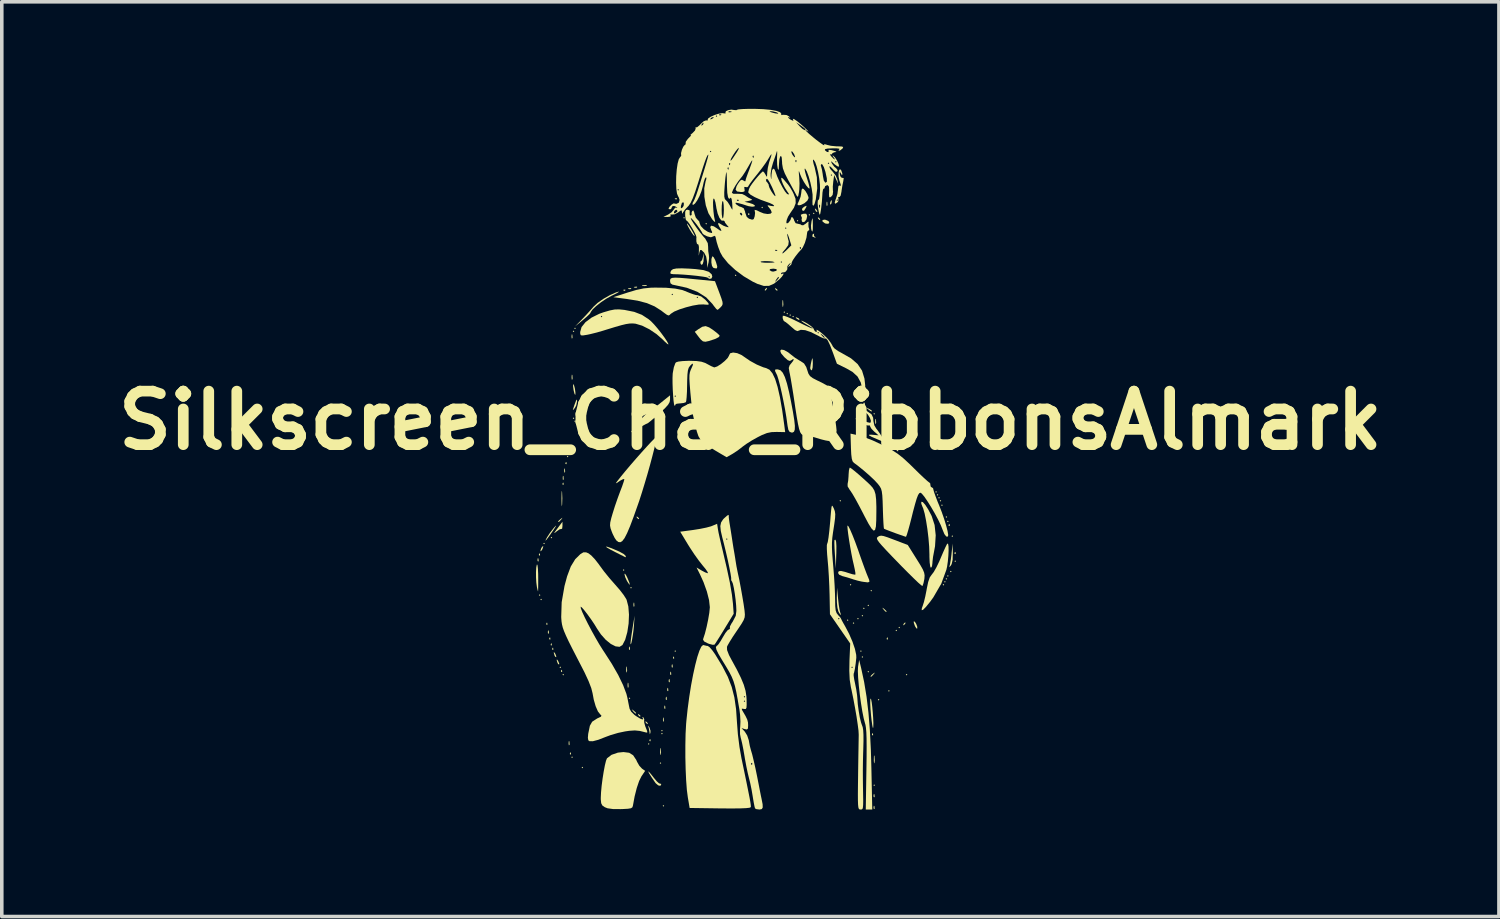
<source format=kicad_pcb>
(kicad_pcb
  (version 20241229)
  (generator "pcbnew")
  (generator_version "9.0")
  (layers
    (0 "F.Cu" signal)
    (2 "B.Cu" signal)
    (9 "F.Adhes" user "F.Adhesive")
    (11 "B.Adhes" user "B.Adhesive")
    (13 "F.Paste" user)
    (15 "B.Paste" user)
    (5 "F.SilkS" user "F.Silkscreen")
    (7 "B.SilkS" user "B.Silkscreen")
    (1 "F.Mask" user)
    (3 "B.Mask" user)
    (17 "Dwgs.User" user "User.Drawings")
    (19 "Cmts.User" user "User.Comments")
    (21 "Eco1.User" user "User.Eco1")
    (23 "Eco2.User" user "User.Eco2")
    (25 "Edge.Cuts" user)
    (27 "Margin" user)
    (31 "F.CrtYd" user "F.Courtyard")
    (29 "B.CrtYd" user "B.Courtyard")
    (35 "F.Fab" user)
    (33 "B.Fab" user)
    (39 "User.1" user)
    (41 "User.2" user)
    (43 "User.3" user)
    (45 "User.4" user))
  (footprint "Silkscreen_Char_RibbonsAlmark"
    (layer "F.Cu")
    (at 17.979 8.733)
    (property "Reference" "Silkscreen_Char_RibbonsAlmark" (at 0 0 0) (layer "F.SilkS") (effects (font (size 1.5 1.5) (thickness 0.3))))
    (attr board_only exclude_from_pos_files exclude_from_bom)
    (fp_poly (pts (xy -5.885 4.894) (xy -5.906 4.915) (xy -5.927 4.894) (xy -5.906 4.873)) (stroke (width 0) (type solid)) (fill yes) (layer "F.SilkS"))
    (fp_poly (pts (xy -5.844 5.018) (xy -5.865 5.039) (xy -5.885 5.018) (xy -5.865 4.997)) (stroke (width 0) (type solid)) (fill yes) (layer "F.SilkS"))
    (fp_poly (pts (xy -5.761 3.449) (xy -5.782 3.469) (xy -5.803 3.449) (xy -5.782 3.428)) (stroke (width 0) (type solid)) (fill yes) (layer "F.SilkS"))
    (fp_poly (pts (xy -5.555 3.283) (xy -5.576 3.304) (xy -5.596 3.283) (xy -5.576 3.263)) (stroke (width 0) (type solid)) (fill yes) (layer "F.SilkS"))
    (fp_poly (pts (xy -5.307 6.918) (xy -5.328 6.939) (xy -5.348 6.918) (xy -5.328 6.897)) (stroke (width 0) (type solid)) (fill yes) (layer "F.SilkS"))
    (fp_poly (pts (xy -5.225 7.124) (xy -5.245 7.145) (xy -5.266 7.124) (xy -5.245 7.104)) (stroke (width 0) (type solid)) (fill yes) (layer "F.SilkS"))
    (fp_poly (pts (xy -5.101 1.012) (xy -5.121 1.033) (xy -5.142 1.012) (xy -5.121 0.991)) (stroke (width 0) (type solid)) (fill yes) (layer "F.SilkS"))
    (fp_poly (pts (xy -5.059 0.847) (xy -5.08 0.867) (xy -5.101 0.847) (xy -5.08 0.826)) (stroke (width 0) (type solid)) (fill yes) (layer "F.SilkS"))
    (fp_poly (pts (xy -4.977 9.437) (xy -4.997 9.458) (xy -5.018 9.437) (xy -4.997 9.417)) (stroke (width 0) (type solid)) (fill yes) (layer "F.SilkS"))
    (fp_poly (pts (xy -4.935 -2.499) (xy -4.956 -2.478) (xy -4.977 -2.499) (xy -4.956 -2.519)) (stroke (width 0) (type solid)) (fill yes) (layer "F.SilkS"))
    (fp_poly (pts (xy -4.935 -0.062) (xy -4.956 -0.041) (xy -4.977 -0.062) (xy -4.956 -0.083)) (stroke (width 0) (type solid)) (fill yes) (layer "F.SilkS"))
    (fp_poly (pts (xy -4.894 -2.581) (xy -4.915 -2.561) (xy -4.935 -2.581) (xy -4.915 -2.602)) (stroke (width 0) (type solid)) (fill yes) (layer "F.SilkS"))
    (fp_poly (pts (xy -4.894 0.021) (xy -4.915 0.041) (xy -4.935 0.021) (xy -4.915 -0.000001)) (stroke (width 0) (type solid)) (fill yes) (layer "F.SilkS"))
    (fp_poly (pts (xy -4.688 9.726) (xy -4.708 9.747) (xy -4.729 9.726) (xy -4.708 9.706)) (stroke (width 0) (type solid)) (fill yes) (layer "F.SilkS"))
    (fp_poly (pts (xy -3.531 4.192) (xy -3.552 4.213) (xy -3.573 4.192) (xy -3.552 4.171)) (stroke (width 0) (type solid)) (fill yes) (layer "F.SilkS"))
    (fp_poly (pts (xy -3.366 7.785) (xy -3.387 7.806) (xy -3.407 7.785) (xy -3.387 7.765)) (stroke (width 0) (type solid)) (fill yes) (layer "F.SilkS"))
    (fp_poly (pts (xy -3.325 4.688) (xy -3.345 4.708) (xy -3.366 4.688) (xy -3.345 4.667)) (stroke (width 0) (type solid)) (fill yes) (layer "F.SilkS"))
    (fp_poly (pts (xy -2.829 9.066) (xy -2.85 9.086) (xy -2.87 9.066) (xy -2.85 9.045)) (stroke (width 0) (type solid)) (fill yes) (layer "F.SilkS"))
    (fp_poly (pts (xy -2.499 9.602) (xy -2.519 9.623) (xy -2.54 9.602) (xy -2.519 9.582)) (stroke (width 0) (type solid)) (fill yes) (layer "F.SilkS"))
    (fp_poly (pts (xy -2.457 8.694) (xy -2.478 8.714) (xy -2.499 8.694) (xy -2.478 8.673)) (stroke (width 0) (type solid)) (fill yes) (layer "F.SilkS"))
    (fp_poly (pts (xy -2.457 8.776) (xy -2.478 8.797) (xy -2.499 8.776) (xy -2.478 8.756)) (stroke (width 0) (type solid)) (fill yes) (layer "F.SilkS"))
    (fp_poly (pts (xy -2.416 10.8) (xy -2.437 10.821) (xy -2.457 10.8) (xy -2.437 10.78)) (stroke (width 0) (type solid)) (fill yes) (layer "F.SilkS"))
    (fp_poly (pts (xy -2.086 6.464) (xy -2.106 6.484) (xy -2.127 6.464) (xy -2.106 6.443)) (stroke (width 0) (type solid)) (fill yes) (layer "F.SilkS"))
    (fp_poly (pts (xy -1.838 -5.679) (xy -1.859 -5.658) (xy -1.879 -5.679) (xy -1.859 -5.7)) (stroke (width 0) (type solid)) (fill yes) (layer "F.SilkS"))
    (fp_poly (pts (xy -1.218 -5.514) (xy -1.239 -5.493) (xy -1.26 -5.514) (xy -1.239 -5.534)) (stroke (width 0) (type solid)) (fill yes) (layer "F.SilkS"))
    (fp_poly (pts (xy -0.392 -4.068) (xy -0.413 -4.047) (xy -0.434 -4.068) (xy -0.413 -4.089)) (stroke (width 0) (type solid)) (fill yes) (layer "F.SilkS"))
    (fp_poly (pts (xy 0.351 -5.968) (xy 0.33 -5.947) (xy 0.31 -5.968) (xy 0.33 -5.989)) (stroke (width 0) (type solid)) (fill yes) (layer "F.SilkS"))
    (fp_poly (pts (xy 0.971 -3.036) (xy 0.95 -3.015) (xy 0.929 -3.036) (xy 0.95 -3.056)) (stroke (width 0) (type solid)) (fill yes) (layer "F.SilkS"))
    (fp_poly (pts (xy 1.053 -2.994) (xy 1.033 -2.974) (xy 1.012 -2.994) (xy 1.033 -3.015)) (stroke (width 0) (type solid)) (fill yes) (layer "F.SilkS"))
    (fp_poly (pts (xy 1.136 -2.953) (xy 1.115 -2.932) (xy 1.094 -2.953) (xy 1.115 -2.974)) (stroke (width 0) (type solid)) (fill yes) (layer "F.SilkS"))
    (fp_poly (pts (xy 1.218 -2.912) (xy 1.198 -2.891) (xy 1.177 -2.912) (xy 1.198 -2.932)) (stroke (width 0) (type solid)) (fill yes) (layer "F.SilkS"))
    (fp_poly (pts (xy 1.342 -5.596) (xy 1.322 -5.576) (xy 1.301 -5.596) (xy 1.322 -5.617)) (stroke (width 0) (type solid)) (fill yes) (layer "F.SilkS"))
    (fp_poly (pts (xy 1.673 -5.761) (xy 1.652 -5.741) (xy 1.631 -5.761) (xy 1.652 -5.782)) (stroke (width 0) (type solid)) (fill yes) (layer "F.SilkS"))
    (fp_poly (pts (xy 1.797 -5.803) (xy 1.776 -5.782) (xy 1.755 -5.803) (xy 1.776 -5.823)) (stroke (width 0) (type solid)) (fill yes) (layer "F.SilkS"))
    (fp_poly (pts (xy 2.54 2.251) (xy 2.519 2.272) (xy 2.499 2.251) (xy 2.519 2.23)) (stroke (width 0) (type solid)) (fill yes) (layer "F.SilkS"))
    (fp_poly (pts (xy 2.747 5.596) (xy 2.726 5.617) (xy 2.705 5.596) (xy 2.726 5.576)) (stroke (width 0) (type solid)) (fill yes) (layer "F.SilkS"))
    (fp_poly (pts (xy 2.829 4.605) (xy 2.808 4.626) (xy 2.788 4.605) (xy 2.808 4.584)) (stroke (width 0) (type solid)) (fill yes) (layer "F.SilkS"))
    (fp_poly (pts (xy 2.912 5.679) (xy 2.891 5.7) (xy 2.87 5.679) (xy 2.891 5.658)) (stroke (width 0) (type solid)) (fill yes) (layer "F.SilkS"))
    (fp_poly (pts (xy 3.036 5.555) (xy 3.015 5.576) (xy 2.994 5.555) (xy 3.015 5.534)) (stroke (width 0) (type solid)) (fill yes) (layer "F.SilkS"))
    (fp_poly (pts (xy 3.118 6.464) (xy 3.098 6.484) (xy 3.077 6.464) (xy 3.098 6.443)) (stroke (width 0) (type solid)) (fill yes) (layer "F.SilkS"))
    (fp_poly (pts (xy 3.16 5.472) (xy 3.139 5.493) (xy 3.118 5.472) (xy 3.139 5.452)) (stroke (width 0) (type solid)) (fill yes) (layer "F.SilkS"))
    (fp_poly (pts (xy 3.16 6.629) (xy 3.139 6.649) (xy 3.118 6.629) (xy 3.139 6.608)) (stroke (width 0) (type solid)) (fill yes) (layer "F.SilkS"))
    (fp_poly (pts (xy 3.201 -0.599) (xy 3.18 -0.578) (xy 3.16 -0.599) (xy 3.18 -0.62)) (stroke (width 0) (type solid)) (fill yes) (layer "F.SilkS"))
    (fp_poly (pts (xy 3.201 5.266) (xy 3.18 5.287) (xy 3.16 5.266) (xy 3.18 5.245)) (stroke (width 0) (type solid)) (fill yes) (layer "F.SilkS"))
    (fp_poly (pts (xy 3.325 5.183) (xy 3.304 5.204) (xy 3.283 5.183) (xy 3.304 5.163)) (stroke (width 0) (type solid)) (fill yes) (layer "F.SilkS"))
    (fp_poly (pts (xy 3.325 7.042) (xy 3.304 7.062) (xy 3.283 7.042) (xy 3.304 7.021)) (stroke (width 0) (type solid)) (fill yes) (layer "F.SilkS"))
    (fp_poly (pts (xy 3.407 4.77) (xy 3.387 4.791) (xy 3.366 4.77) (xy 3.387 4.75)) (stroke (width 0) (type solid)) (fill yes) (layer "F.SilkS"))
    (fp_poly (pts (xy 3.49 -0.186) (xy 3.469 -0.165) (xy 3.449 -0.186) (xy 3.469 -0.207)) (stroke (width 0) (type solid)) (fill yes) (layer "F.SilkS"))
    (fp_poly (pts (xy 3.49 10.222) (xy 3.469 10.243) (xy 3.449 10.222) (xy 3.469 10.201)) (stroke (width 0) (type solid)) (fill yes) (layer "F.SilkS"))
    (fp_poly (pts (xy 3.614 7.827) (xy 3.593 7.847) (xy 3.573 7.827) (xy 3.593 7.806)) (stroke (width 0) (type solid)) (fill yes) (layer "F.SilkS"))
    (fp_poly (pts (xy 3.903 7.579) (xy 3.882 7.599) (xy 3.862 7.579) (xy 3.882 7.558)) (stroke (width 0) (type solid)) (fill yes) (layer "F.SilkS"))
    (fp_poly (pts (xy 4.109 5.885) (xy 4.089 5.906) (xy 4.068 5.885) (xy 4.089 5.865)) (stroke (width 0) (type solid)) (fill yes) (layer "F.SilkS"))
    (fp_poly (pts (xy 4.192 5.803) (xy 4.171 5.823) (xy 4.151 5.803) (xy 4.171 5.782)) (stroke (width 0) (type solid)) (fill yes) (layer "F.SilkS"))
    (fp_poly (pts (xy 4.399 7.124) (xy 4.378 7.145) (xy 4.357 7.124) (xy 4.378 7.104)) (stroke (width 0) (type solid)) (fill yes) (layer "F.SilkS"))
    (fp_poly (pts (xy 5.225 2.003) (xy 5.204 2.024) (xy 5.183 2.003) (xy 5.204 1.982)) (stroke (width 0) (type solid)) (fill yes) (layer "F.SilkS"))
    (fp_poly (pts (xy 5.266 2.086) (xy 5.245 2.106) (xy 5.225 2.086) (xy 5.245 2.065)) (stroke (width 0) (type solid)) (fill yes) (layer "F.SilkS"))
    (fp_poly (pts (xy 5.307 2.168) (xy 5.287 2.189) (xy 5.266 2.168) (xy 5.287 2.148)) (stroke (width 0) (type solid)) (fill yes) (layer "F.SilkS"))
    (fp_poly (pts (xy 5.348 2.251) (xy 5.328 2.272) (xy 5.307 2.251) (xy 5.328 2.23)) (stroke (width 0) (type solid)) (fill yes) (layer "F.SilkS"))
    (fp_poly (pts (xy 5.39 2.375) (xy 5.369 2.395) (xy 5.348 2.375) (xy 5.369 2.354)) (stroke (width 0) (type solid)) (fill yes) (layer "F.SilkS"))
    (fp_poly (pts (xy 5.431 4.605) (xy 5.41 4.626) (xy 5.39 4.605) (xy 5.41 4.584)) (stroke (width 0) (type solid)) (fill yes) (layer "F.SilkS"))
    (fp_poly (pts (xy 5.472 4.522) (xy 5.452 4.543) (xy 5.431 4.522) (xy 5.452 4.502)) (stroke (width 0) (type solid)) (fill yes) (layer "F.SilkS"))
    (fp_poly (pts (xy 5.514 2.705) (xy 5.493 2.726) (xy 5.472 2.705) (xy 5.493 2.685)) (stroke (width 0) (type solid)) (fill yes) (layer "F.SilkS"))
    (fp_poly (pts (xy 5.514 4.44) (xy 5.493 4.46) (xy 5.472 4.44) (xy 5.493 4.419)) (stroke (width 0) (type solid)) (fill yes) (layer "F.SilkS"))
    (fp_poly (pts (xy 5.555 2.829) (xy 5.534 2.85) (xy 5.514 2.829) (xy 5.534 2.808)) (stroke (width 0) (type solid)) (fill yes) (layer "F.SilkS"))
    (fp_poly (pts (xy 5.555 4.357) (xy 5.534 4.378) (xy 5.514 4.357) (xy 5.534 4.337)) (stroke (width 0) (type solid)) (fill yes) (layer "F.SilkS"))
    (fp_poly (pts (xy 5.638 4.233) (xy 5.617 4.254) (xy 5.596 4.233) (xy 5.617 4.213)) (stroke (width 0) (type solid)) (fill yes) (layer "F.SilkS"))
    (fp_poly (pts (xy 5.679 3.242) (xy 5.658 3.263) (xy 5.638 3.242) (xy 5.658 3.221)) (stroke (width 0) (type solid)) (fill yes) (layer "F.SilkS"))
    (fp_poly (pts (xy 5.761 3.944) (xy 5.741 3.965) (xy 5.72 3.944) (xy 5.741 3.924)) (stroke (width 0) (type solid)) (fill yes) (layer "F.SilkS"))
    (fp_poly (pts (xy -5.94 3.875) (xy -5.935 3.939) (xy -5.943 3.954) (xy -5.962 3.941) (xy -5.965 3.899) (xy -5.955 3.855)) (stroke (width 0) (type solid)) (fill yes) (layer "F.SilkS"))
    (fp_poly (pts (xy -5.899 3.731) (xy -5.894 3.78) (xy -5.899 3.786) (xy -5.924 3.78) (xy -5.927 3.758) (xy -5.912 3.724)) (stroke (width 0) (type solid)) (fill yes) (layer "F.SilkS"))
    (fp_poly (pts (xy -5.693 5.672) (xy -5.688 5.721) (xy -5.693 5.727) (xy -5.717 5.721) (xy -5.72 5.7) (xy -5.705 5.666)) (stroke (width 0) (type solid)) (fill yes) (layer "F.SilkS"))
    (fp_poly (pts (xy -5.651 5.898) (xy -5.646 5.963) (xy -5.654 5.977) (xy -5.673 5.965) (xy -5.676 5.923) (xy -5.666 5.879)) (stroke (width 0) (type solid)) (fill yes) (layer "F.SilkS"))
    (fp_poly (pts (xy -5.61 6.085) (xy -5.605 6.134) (xy -5.61 6.14) (xy -5.635 6.134) (xy -5.638 6.113) (xy -5.622 6.079)) (stroke (width 0) (type solid)) (fill yes) (layer "F.SilkS"))
    (fp_poly (pts (xy -5.569 6.25) (xy -5.564 6.299) (xy -5.569 6.305) (xy -5.593 6.3) (xy -5.596 6.278) (xy -5.581 6.244)) (stroke (width 0) (type solid)) (fill yes) (layer "F.SilkS"))
    (fp_poly (pts (xy -5.527 6.374) (xy -5.522 6.423) (xy -5.527 6.429) (xy -5.552 6.423) (xy -5.555 6.402) (xy -5.54 6.368)) (stroke (width 0) (type solid)) (fill yes) (layer "F.SilkS"))
    (fp_poly (pts (xy -5.28 6.994) (xy -5.275 7.043) (xy -5.28 7.049) (xy -5.304 7.043) (xy -5.307 7.021) (xy -5.292 6.987)) (stroke (width 0) (type solid)) (fill yes) (layer "F.SilkS"))
    (fp_poly (pts (xy -5.239 1.559) (xy -5.233 1.644) (xy -5.239 1.662) (xy -5.254 1.668) (xy -5.259 1.611) (xy -5.253 1.552)) (stroke (width 0) (type solid)) (fill yes) (layer "F.SilkS"))
    (fp_poly (pts (xy -5.238 1.748) (xy -5.233 1.797) (xy -5.238 1.803) (xy -5.263 1.798) (xy -5.266 1.776) (xy -5.251 1.742)) (stroke (width 0) (type solid)) (fill yes) (layer "F.SilkS"))
    (fp_poly (pts (xy -5.197 1.353) (xy -5.192 1.437) (xy -5.197 1.456) (xy -5.212 1.461) (xy -5.218 1.404) (xy -5.212 1.346)) (stroke (width 0) (type solid)) (fill yes) (layer "F.SilkS"))
    (fp_poly (pts (xy -5.156 1.17) (xy -5.151 1.219) (xy -5.156 1.225) (xy -5.18 1.22) (xy -5.183 1.198) (xy -5.168 1.164)) (stroke (width 0) (type solid)) (fill yes) (layer "F.SilkS"))
    (fp_poly (pts (xy -5.073 8.993) (xy -5.068 9.078) (xy -5.073 9.097) (xy -5.088 9.102) (xy -5.094 9.045) (xy -5.088 8.986)) (stroke (width 0) (type solid)) (fill yes) (layer "F.SilkS"))
    (fp_poly (pts (xy -5.032 9.306) (xy -5.027 9.355) (xy -5.032 9.362) (xy -5.056 9.356) (xy -5.059 9.334) (xy -5.044 9.3)) (stroke (width 0) (type solid)) (fill yes) (layer "F.SilkS"))
    (fp_poly (pts (xy -4.991 -2.406) (xy -4.985 -2.321) (xy -4.991 -2.303) (xy -5.006 -2.297) (xy -5.012 -2.354) (xy -5.005 -2.413)) (stroke (width 0) (type solid)) (fill yes) (layer "F.SilkS"))
    (fp_poly (pts (xy -3.504 -3.662) (xy -3.509 -3.637) (xy -3.531 -3.634) (xy -3.565 -3.65) (xy -3.559 -3.662) (xy -3.51 -3.667)) (stroke (width 0) (type solid)) (fill yes) (layer "F.SilkS"))
    (fp_poly (pts (xy -3.379 6.353) (xy -3.374 6.417) (xy -3.382 6.432) (xy -3.401 6.419) (xy -3.404 6.378) (xy -3.394 6.333)) (stroke (width 0) (type solid)) (fill yes) (layer "F.SilkS"))
    (fp_poly (pts (xy -3.336 -3.701) (xy -3.348 -3.682) (xy -3.39 -3.679) (xy -3.434 -3.689) (xy -3.415 -3.704) (xy -3.351 -3.709)) (stroke (width 0) (type solid)) (fill yes) (layer "F.SilkS"))
    (fp_poly (pts (xy -3.256 5.111) (xy -3.251 5.196) (xy -3.256 5.214) (xy -3.271 5.219) (xy -3.277 5.163) (xy -3.27 5.104)) (stroke (width 0) (type solid)) (fill yes) (layer "F.SilkS"))
    (fp_poly (pts (xy -3.171 -3.742) (xy -3.183 -3.723) (xy -3.225 -3.72) (xy -3.269 -3.73) (xy -3.25 -3.745) (xy -3.185 -3.75)) (stroke (width 0) (type solid)) (fill yes) (layer "F.SilkS"))
    (fp_poly (pts (xy -2.802 8.935) (xy -2.797 8.984) (xy -2.802 8.99) (xy -2.826 8.984) (xy -2.829 8.962) (xy -2.814 8.928)) (stroke (width 0) (type solid)) (fill yes) (layer "F.SilkS"))
    (fp_poly (pts (xy -2.43 8.332) (xy -2.425 8.417) (xy -2.43 8.436) (xy -2.445 8.441) (xy -2.451 8.384) (xy -2.444 8.325)) (stroke (width 0) (type solid)) (fill yes) (layer "F.SilkS"))
    (fp_poly (pts (xy -2.388 8.005) (xy -2.383 8.069) (xy -2.391 8.084) (xy -2.41 8.071) (xy -2.413 8.03) (xy -2.403 7.985)) (stroke (width 0) (type solid)) (fill yes) (layer "F.SilkS"))
    (fp_poly (pts (xy -2.347 7.757) (xy -2.342 7.821) (xy -2.35 7.836) (xy -2.369 7.824) (xy -2.372 7.782) (xy -2.361 7.738)) (stroke (width 0) (type solid)) (fill yes) (layer "F.SilkS"))
    (fp_poly (pts (xy -2.305 7.509) (xy -2.3 7.574) (xy -2.309 7.588) (xy -2.327 7.576) (xy -2.33 7.534) (xy -2.32 7.49)) (stroke (width 0) (type solid)) (fill yes) (layer "F.SilkS"))
    (fp_poly (pts (xy -2.264 7.261) (xy -2.259 7.326) (xy -2.267 7.34) (xy -2.286 7.328) (xy -2.289 7.286) (xy -2.279 7.242)) (stroke (width 0) (type solid)) (fill yes) (layer "F.SilkS"))
    (fp_poly (pts (xy -2.223 7.055) (xy -2.218 7.119) (xy -2.226 7.134) (xy -2.245 7.122) (xy -2.248 7.08) (xy -2.238 7.036)) (stroke (width 0) (type solid)) (fill yes) (layer "F.SilkS"))
    (fp_poly (pts (xy -2.181 6.848) (xy -2.176 6.913) (xy -2.185 6.927) (xy -2.203 6.915) (xy -2.206 6.873) (xy -2.196 6.829)) (stroke (width 0) (type solid)) (fill yes) (layer "F.SilkS"))
    (fp_poly (pts (xy -2.141 6.622) (xy -2.136 6.671) (xy -2.141 6.677) (xy -2.165 6.671) (xy -2.168 6.649) (xy -2.153 6.615)) (stroke (width 0) (type solid)) (fill yes) (layer "F.SilkS"))
    (fp_poly (pts (xy -2.058 -6.223) (xy -2.064 -6.198) (xy -2.086 -6.195) (xy -2.12 -6.21) (xy -2.113 -6.223) (xy -2.064 -6.228)) (stroke (width 0) (type solid)) (fill yes) (layer "F.SilkS"))
    (fp_poly (pts (xy -0.034 -5.81) (xy -0.029 -5.761) (xy -0.034 -5.755) (xy -0.059 -5.76) (xy -0.062 -5.782) (xy -0.047 -5.816)) (stroke (width 0) (type solid)) (fill yes) (layer "F.SilkS"))
    (fp_poly (pts (xy 2.154 -6.123) (xy 2.16 -6.038) (xy 2.154 -6.02) (xy 2.139 -6.014) (xy 2.134 -6.071) (xy 2.14 -6.13)) (stroke (width 0) (type solid)) (fill yes) (layer "F.SilkS"))
    (fp_poly (pts (xy 3.435 8.77) (xy 3.44 8.819) (xy 3.435 8.825) (xy 3.41 8.819) (xy 3.407 8.797) (xy 3.422 8.763)) (stroke (width 0) (type solid)) (fill yes) (layer "F.SilkS"))
    (fp_poly (pts (xy 3.477 10.483) (xy 3.482 10.547) (xy 3.474 10.562) (xy 3.455 10.55) (xy 3.452 10.508) (xy 3.462 10.464)) (stroke (width 0) (type solid)) (fill yes) (layer "F.SilkS"))
    (fp_poly (pts (xy 3.477 10.813) (xy 3.482 10.878) (xy 3.474 10.892) (xy 3.455 10.88) (xy 3.452 10.838) (xy 3.462 10.794)) (stroke (width 0) (type solid)) (fill yes) (layer "F.SilkS"))
    (fp_poly (pts (xy 3.848 6.085) (xy 3.853 6.134) (xy 3.848 6.14) (xy 3.823 6.134) (xy 3.82 6.113) (xy 3.835 6.079)) (stroke (width 0) (type solid)) (fill yes) (layer "F.SilkS"))
    (fp_poly (pts (xy 5.582 2.905) (xy 5.587 2.954) (xy 5.582 2.96) (xy 5.558 2.954) (xy 5.555 2.932) (xy 5.57 2.898)) (stroke (width 0) (type solid)) (fill yes) (layer "F.SilkS"))
    (fp_poly (pts (xy 5.748 3.69) (xy 5.753 3.739) (xy 5.748 3.745) (xy 5.723 3.739) (xy 5.72 3.717) (xy 5.735 3.683)) (stroke (width 0) (type solid)) (fill yes) (layer "F.SilkS"))
    (fp_poly (pts (xy -5.467 6.539) (xy -5.44 6.607) (xy -5.443 6.634) (xy -5.471 6.619) (xy -5.488 6.586) (xy -5.511 6.507) (xy -5.502 6.492)) (stroke (width 0) (type solid)) (fill yes) (layer "F.SilkS"))
    (fp_poly (pts (xy -5.385 6.745) (xy -5.357 6.814) (xy -5.36 6.84) (xy -5.388 6.825) (xy -5.405 6.792) (xy -5.429 6.714) (xy -5.419 6.698)) (stroke (width 0) (type solid)) (fill yes) (layer "F.SilkS"))
    (fp_poly (pts (xy -3.166 2.701) (xy -3.122 2.74) (xy -3.118 2.749) (xy -3.138 2.766) (xy -3.179 2.728) (xy -3.184 2.719) (xy -3.189 2.691)) (stroke (width 0) (type solid)) (fill yes) (layer "F.SilkS"))
    (fp_poly (pts (xy -3.125 8.236) (xy -3.08 8.277) (xy -3.089 8.301) (xy -3.095 8.301) (xy -3.13 8.272) (xy -3.143 8.254) (xy -3.148 8.226)) (stroke (width 0) (type solid)) (fill yes) (layer "F.SilkS"))
    (fp_poly (pts (xy -2.918 8.442) (xy -2.874 8.484) (xy -2.883 8.508) (xy -2.889 8.508) (xy -2.924 8.479) (xy -2.936 8.46) (xy -2.941 8.432)) (stroke (width 0) (type solid)) (fill yes) (layer "F.SilkS"))
    (fp_poly (pts (xy 0.716 -3.7) (xy 0.761 -3.659) (xy 0.752 -3.635) (xy 0.746 -3.634) (xy 0.711 -3.664) (xy 0.698 -3.682) (xy 0.693 -3.71)) (stroke (width 0) (type solid)) (fill yes) (layer "F.SilkS"))
    (fp_poly (pts (xy 1.354 -2.861) (xy 1.363 -2.85) (xy 1.377 -2.813) (xy 1.338 -2.827) (xy 1.301 -2.85) (xy 1.269 -2.883) (xy 1.288 -2.89)) (stroke (width 0) (type solid)) (fill yes) (layer "F.SilkS"))
    (fp_poly (pts (xy 1.838 -5.922) (xy 1.843 -5.917) (xy 1.876 -5.863) (xy 1.871 -5.843) (xy 1.84 -5.855) (xy 1.82 -5.894) (xy 1.807 -5.942)) (stroke (width 0) (type solid)) (fill yes) (layer "F.SilkS"))
    (fp_poly (pts (xy 1.914 -5.683) (xy 1.958 -5.641) (xy 1.949 -5.617) (xy 1.944 -5.617) (xy 1.909 -5.646) (xy 1.896 -5.665) (xy 1.891 -5.693)) (stroke (width 0) (type solid)) (fill yes) (layer "F.SilkS"))
    (fp_poly (pts (xy 2.283 -6.159) (xy 2.274 -6.085) (xy 2.258 -6.062) (xy 2.231 -6.051) (xy 2.239 -6.111) (xy 2.24 -6.116) (xy 2.264 -6.171)) (stroke (width 0) (type solid)) (fill yes) (layer "F.SilkS"))
    (fp_poly (pts (xy 3.814 0.512) (xy 3.858 0.551) (xy 3.862 0.56) (xy 3.842 0.577) (xy 3.801 0.539) (xy 3.796 0.531) (xy 3.791 0.502)) (stroke (width 0) (type solid)) (fill yes) (layer "F.SilkS"))
    (fp_poly (pts (xy 4.103 0.801) (xy 4.147 0.843) (xy 4.138 0.867) (xy 4.133 0.867) (xy 4.098 0.838) (xy 4.085 0.82) (xy 4.08 0.791)) (stroke (width 0) (type solid)) (fill yes) (layer "F.SilkS"))
    (fp_poly (pts (xy -5.804 3.531) (xy -5.825 3.599) (xy -5.844 3.634) (xy -5.877 3.668) (xy -5.884 3.655) (xy -5.864 3.587) (xy -5.844 3.552) (xy -5.811 3.519)) (stroke (width 0) (type solid)) (fill yes) (layer "F.SilkS"))
    (fp_poly (pts (xy -5.279 2.748) (xy -5.302 2.777) (xy -5.362 2.842) (xy -5.389 2.841) (xy -5.39 2.834) (xy -5.362 2.8) (xy -5.317 2.762) (xy -5.269 2.726)) (stroke (width 0) (type solid)) (fill yes) (layer "F.SilkS"))
    (fp_poly (pts (xy -4.991 -1.276) (xy -4.989 -1.269) (xy -4.983 -1.179) (xy -4.991 -1.145) (xy -5.005 -1.144) (xy -5.01 -1.209) (xy -5.01 -1.218) (xy -5.004 -1.282)) (stroke (width 0) (type solid)) (fill yes) (layer "F.SilkS"))
    (fp_poly (pts (xy -3.461 6.908) (xy -3.455 7.012) (xy -3.461 7.052) (xy -3.473 7.065) (xy -3.48 7.008) (xy -3.48 6.98) (xy -3.476 6.905) (xy -3.465 6.896)) (stroke (width 0) (type solid)) (fill yes) (layer "F.SilkS"))
    (fp_poly (pts (xy -3.422 7.356) (xy -3.42 7.363) (xy -3.414 7.453) (xy -3.422 7.487) (xy -3.435 7.488) (xy -3.441 7.423) (xy -3.441 7.413) (xy -3.435 7.349)) (stroke (width 0) (type solid)) (fill yes) (layer "F.SilkS"))
    (fp_poly (pts (xy -3.303 8.108) (xy -3.273 8.131) (xy -3.216 8.182) (xy -3.201 8.203) (xy -3.221 8.216) (xy -3.276 8.163) (xy -3.289 8.147) (xy -3.324 8.098)) (stroke (width 0) (type solid)) (fill yes) (layer "F.SilkS"))
    (fp_poly (pts (xy -2.901 -3.785) (xy -2.899 -3.772) (xy -2.964 -3.766) (xy -2.974 -3.766) (xy -3.038 -3.772) (xy -3.032 -3.785) (xy -3.024 -3.787) (xy -2.935 -3.793)) (stroke (width 0) (type solid)) (fill yes) (layer "F.SilkS"))
    (fp_poly (pts (xy -2.511 9.2) (xy -2.504 9.308) (xy -2.512 9.365) (xy -2.523 9.375) (xy -2.529 9.316) (xy -2.53 9.272) (xy -2.526 9.192) (xy -2.516 9.18)) (stroke (width 0) (type solid)) (fill yes) (layer "F.SilkS"))
    (fp_poly (pts (xy 0.462 -3.69) (xy 0.454 -3.676) (xy 0.415 -3.636) (xy 0.408 -3.634) (xy 0.405 -3.661) (xy 0.413 -3.676) (xy 0.452 -3.715) (xy 0.459 -3.717)) (stroke (width 0) (type solid)) (fill yes) (layer "F.SilkS"))
    (fp_poly (pts (xy 0.917 -3.355) (xy 0.924 -3.248) (xy 0.916 -3.19) (xy 0.905 -3.18) (xy 0.899 -3.24) (xy 0.898 -3.283) (xy 0.902 -3.363) (xy 0.912 -3.376)) (stroke (width 0) (type solid)) (fill yes) (layer "F.SilkS"))
    (fp_poly (pts (xy 1.571 -5.991) (xy 1.55 -5.95) (xy 1.504 -5.878) (xy 1.469 -5.875) (xy 1.447 -5.904) (xy 1.459 -5.95) (xy 1.509 -5.99) (xy 1.57 -6.017)) (stroke (width 0) (type solid)) (fill yes) (layer "F.SilkS"))
    (fp_poly (pts (xy 3.263 -0.355) (xy 3.314 -0.331) (xy 3.385 -0.29) (xy 3.407 -0.267) (xy 3.394 -0.25) (xy 3.345 -0.279) (xy 3.302 -0.312) (xy 3.248 -0.356)) (stroke (width 0) (type solid)) (fill yes) (layer "F.SilkS"))
    (fp_poly (pts (xy 3.477 7.084) (xy 3.454 7.114) (xy 3.394 7.178) (xy 3.367 7.178) (xy 3.366 7.171) (xy 3.394 7.136) (xy 3.438 7.098) (xy 3.487 7.063)) (stroke (width 0) (type solid)) (fill yes) (layer "F.SilkS"))
    (fp_poly (pts (xy 3.478 9.406) (xy 3.485 9.527) (xy 3.478 9.592) (xy 3.468 9.612) (xy 3.461 9.56) (xy 3.46 9.499) (xy 3.463 9.41) (xy 3.471 9.385)) (stroke (width 0) (type solid)) (fill yes) (layer "F.SilkS"))
    (fp_poly (pts (xy 3.516 -0.037) (xy 3.519 -0.03) (xy 3.525 0.06) (xy 3.517 0.094) (xy 3.503 0.095) (xy 3.498 0.03) (xy 3.498 0.021) (xy 3.504 -0.043)) (stroke (width 0) (type solid)) (fill yes) (layer "F.SilkS"))
    (fp_poly (pts (xy 3.718 5.258) (xy 3.748 5.281) (xy 3.812 5.342) (xy 3.812 5.368) (xy 3.805 5.369) (xy 3.77 5.341) (xy 3.732 5.297) (xy 3.697 5.248)) (stroke (width 0) (type solid)) (fill yes) (layer "F.SilkS"))
    (fp_poly (pts (xy 3.925 0.674) (xy 3.955 0.697) (xy 4.012 0.748) (xy 4.027 0.769) (xy 4.007 0.781) (xy 3.952 0.728) (xy 3.939 0.712) (xy 3.903 0.664)) (stroke (width 0) (type solid)) (fill yes) (layer "F.SilkS"))
    (fp_poly (pts (xy 4.344 5.685) (xy 4.337 5.7) (xy 4.298 5.739) (xy 4.29 5.741) (xy 4.288 5.714) (xy 4.295 5.7) (xy 4.334 5.66) (xy 4.341 5.658)) (stroke (width 0) (type solid)) (fill yes) (layer "F.SilkS"))
    (fp_poly (pts (xy 2.107 -5.623) (xy 2.185 -5.589) (xy 2.212 -5.556) (xy 2.187 -5.511) (xy 2.112 -5.517) (xy 2.086 -5.527) (xy 2.021 -5.576) (xy 2.022 -5.618) (xy 2.085 -5.628)) (stroke (width 0) (type solid)) (fill yes) (layer "F.SilkS"))
    (fp_poly (pts (xy -4.856 -0.537) (xy -4.88 -0.422) (xy -4.916 -0.353) (xy -4.961 -0.299) (xy -4.976 -0.292) (xy -4.963 -0.338) (xy -4.931 -0.433) (xy -4.916 -0.475) (xy -4.879 -0.568) (xy -4.861 -0.586)) (stroke (width 0) (type solid)) (fill yes) (layer "F.SilkS"))
    (fp_poly (pts (xy -2.85 8.571) (xy -2.829 8.602) (xy -2.799 8.695) (xy -2.801 8.747) (xy -2.816 8.795) (xy -2.823 8.763) (xy -2.824 8.749) (xy -2.841 8.648) (xy -2.853 8.604) (xy -2.867 8.552)) (stroke (width 0) (type solid)) (fill yes) (layer "F.SilkS"))
    (fp_poly (pts (xy -1.308 -4.564) (xy -1.314 -4.456) (xy -1.337 -4.382) (xy -1.369 -4.359) (xy -1.397 -4.395) (xy -1.401 -4.45) (xy -1.385 -4.46) (xy -1.353 -4.496) (xy -1.331 -4.574) (xy -1.313 -4.688)) (stroke (width 0) (type solid)) (fill yes) (layer "F.SilkS"))
    (fp_poly (pts (xy 1.782 -5.214) (xy 1.787 -5.162) (xy 1.807 -5.149) (xy 1.834 -5.13) (xy 1.809 -5.125) (xy 1.745 -5.149) (xy 1.736 -5.16) (xy 1.743 -5.212) (xy 1.761 -5.228) (xy 1.79 -5.234)) (stroke (width 0) (type solid)) (fill yes) (layer "F.SilkS"))
    (fp_poly (pts (xy 4.61 5.642) (xy 4.647 5.702) (xy 4.675 5.776) (xy 4.678 5.83) (xy 4.654 5.829) (xy 4.615 5.768) (xy 4.612 5.761) (xy 4.581 5.675) (xy 4.579 5.629) (xy 4.579 5.629)) (stroke (width 0) (type solid)) (fill yes) (layer "F.SilkS"))
    (fp_poly (pts (xy -5.277 2.013) (xy -5.27 2.178) (xy -5.275 2.347) (xy -5.277 2.364) (xy -5.284 2.406) (xy -5.289 2.372) (xy -5.292 2.273) (xy -5.293 2.189) (xy -5.291 2.055) (xy -5.287 1.983) (xy -5.281 1.98)) (stroke (width 0) (type solid)) (fill yes) (layer "F.SilkS"))
    (fp_poly (pts (xy -3.475 4.352) (xy -3.445 4.415) (xy -3.394 4.539) (xy -3.378 4.6) (xy -3.396 4.594) (xy -3.447 4.517) (xy -3.46 4.496) (xy -3.508 4.391) (xy -3.528 4.306) (xy -3.528 4.302) (xy -3.513 4.295)) (stroke (width 0) (type solid)) (fill yes) (layer "F.SilkS"))
    (fp_poly (pts (xy 1.743 -1.737) (xy 1.749 -1.664) (xy 1.75 -1.6) (xy 1.745 -1.486) (xy 1.727 -1.415) (xy 1.714 -1.404) (xy 1.681 -1.438) (xy 1.678 -1.477) (xy 1.691 -1.569) (xy 1.714 -1.673) (xy 1.733 -1.737)) (stroke (width 0) (type solid)) (fill yes) (layer "F.SilkS"))
    (fp_poly (pts (xy 1.749 -5.598) (xy 1.751 -5.503) (xy 1.75 -5.359) (xy 1.74 -5.294) (xy 1.72 -5.31) (xy 1.703 -5.366) (xy 1.698 -5.462) (xy 1.714 -5.581) (xy 1.714 -5.583) (xy 1.733 -5.654) (xy 1.743 -5.661)) (stroke (width 0) (type solid)) (fill yes) (layer "F.SilkS"))
    (fp_poly (pts (xy 2.403 3.398) (xy 2.411 3.522) (xy 2.409 3.721) (xy 2.407 3.763) (xy 2.395 4.151) (xy 2.369 3.758) (xy 2.359 3.588) (xy 2.354 3.45) (xy 2.355 3.366) (xy 2.358 3.349) (xy 2.386 3.343)) (stroke (width 0) (type solid)) (fill yes) (layer "F.SilkS"))
    (fp_poly (pts (xy 5.673 3.72) (xy 5.668 3.905) (xy 5.641 4.025) (xy 5.614 4.071) (xy 5.576 4.111) (xy 5.577 4.096) (xy 5.595 4.029) (xy 5.616 3.906) (xy 5.636 3.753) (xy 5.636 3.745) (xy 5.668 3.449)) (stroke (width 0) (type solid)) (fill yes) (layer "F.SilkS"))
    (fp_poly (pts (xy -5.446 2.956) (xy -5.489 3.025) (xy -5.538 3.098) (xy -5.641 3.245) (xy -5.71 3.337) (xy -5.742 3.37) (xy -5.733 3.341) (xy -5.695 3.27) (xy -5.613 3.145) (xy -5.514 3.018) (xy -5.5 3.001) (xy -5.45 2.949)) (stroke (width 0) (type solid)) (fill yes) (layer "F.SilkS"))
    (fp_poly (pts (xy -4.945 -0.995) (xy -4.923 -0.914) (xy -4.917 -0.886) (xy -4.903 -0.783) (xy -4.905 -0.721) (xy -4.907 -0.717) (xy -4.926 -0.74) (xy -4.948 -0.821) (xy -4.954 -0.849) (xy -4.968 -0.952) (xy -4.966 -1.013) (xy -4.964 -1.018)) (stroke (width 0) (type solid)) (fill yes) (layer "F.SilkS"))
    (fp_poly (pts (xy -1.031 -4.577) (xy -0.987 -4.496) (xy -0.964 -4.437) (xy -0.929 -4.319) (xy -0.936 -4.264) (xy -0.992 -4.263) (xy -1.043 -4.281) (xy -1.076 -4.332) (xy -1.093 -4.426) (xy -1.091 -4.526) (xy -1.069 -4.593) (xy -1.062 -4.6)) (stroke (width 0) (type solid)) (fill yes) (layer "F.SilkS"))
    (fp_poly (pts (xy -5.266 2.954) (xy -5.274 3.028) (xy -5.294 3.042) (xy -5.34 3.048) (xy -5.415 3.098) (xy -5.427 3.108) (xy -5.484 3.153) (xy -5.495 3.149) (xy -5.489 3.139) (xy -5.435 3.064) (xy -5.362 2.966) (xy -5.356 2.958) (xy -5.266 2.839)) (stroke (width 0) (type solid)) (fill yes) (layer "F.SilkS"))
    (fp_poly (pts (xy -3.264 5.761) (xy -3.276 5.887) (xy -3.294 6.017) (xy -3.314 6.135) (xy -3.333 6.226) (xy -3.349 6.274) (xy -3.358 6.262) (xy -3.359 6.236) (xy -3.352 6.169) (xy -3.336 6.043) (xy -3.311 5.883) (xy -3.302 5.823) (xy -3.245 5.472)) (stroke (width 0) (type solid)) (fill yes) (layer "F.SilkS"))
    (fp_poly (pts (xy -1.767 -5.514) (xy -1.722 -5.455) (xy -1.664 -5.365) (xy -1.608 -5.271) (xy -1.569 -5.195) (xy -1.561 -5.163) (xy -1.561 -5.163) (xy -1.595 -5.193) (xy -1.641 -5.256) (xy -1.702 -5.355) (xy -1.75 -5.445) (xy -1.777 -5.506) (xy -1.773 -5.52)) (stroke (width 0) (type solid)) (fill yes) (layer "F.SilkS"))
    (fp_poly (pts (xy 2.458 4.997) (xy 2.476 5.158) (xy 2.497 5.293) (xy 2.516 5.375) (xy 2.518 5.379) (xy 2.538 5.443) (xy 2.524 5.446) (xy 2.489 5.396) (xy 2.464 5.347) (xy 2.44 5.251) (xy 2.425 5.106) (xy 2.422 4.964) (xy 2.429 4.688)) (stroke (width 0) (type solid)) (fill yes) (layer "F.SilkS"))
    (fp_poly (pts (xy 1.589 -5.748) (xy 1.59 -5.719) (xy 1.57 -5.633) (xy 1.524 -5.571) (xy 1.471 -5.555) (xy 1.445 -5.576) (xy 1.434 -5.634) (xy 1.441 -5.647) (xy 1.441 -5.694) (xy 1.424 -5.722) (xy 1.413 -5.764) (xy 1.477 -5.79) (xy 1.486 -5.792) (xy 1.563 -5.794)) (stroke (width 0) (type solid)) (fill yes) (layer "F.SilkS"))
    (fp_poly (pts (xy -2.796 9.899) (xy -2.706 10.014) (xy -2.625 10.111) (xy -2.561 10.169) (xy -2.534 10.177) (xy -2.501 10.186) (xy -2.499 10.199) (xy -2.523 10.24) (xy -2.582 10.227) (xy -2.651 10.169) (xy -2.667 10.148) (xy -2.768 10.002) (xy -2.833 9.898) (xy -2.861 9.843) (xy -2.849 9.841)) (stroke (width 0) (type solid)) (fill yes) (layer "F.SilkS"))
    (fp_poly (pts (xy -4.009 3.54) (xy -3.897 3.579) (xy -3.873 3.589) (xy -3.674 3.674) (xy -3.545 3.746) (xy -3.491 3.801) (xy -3.49 3.81) (xy -3.5 3.835) (xy -3.5 3.835) (xy -3.539 3.814) (xy -3.633 3.767) (xy -3.76 3.703) (xy -3.766 3.7) (xy -3.926 3.617) (xy -4.021 3.561) (xy -4.05 3.535)) (stroke (width 0) (type solid)) (fill yes) (layer "F.SilkS"))
    (fp_poly (pts (xy 1.49 -6.489) (xy 1.543 -6.429) (xy 1.594 -6.344) (xy 1.627 -6.261) (xy 1.631 -6.231) (xy 1.597 -6.16) (xy 1.515 -6.088) (xy 1.416 -6.039) (xy 1.363 -6.03) (xy 1.324 -6.038) (xy 1.326 -6.077) (xy 1.362 -6.152) (xy 1.407 -6.269) (xy 1.425 -6.372) (xy 1.435 -6.46) (xy 1.453 -6.498)) (stroke (width 0) (type solid)) (fill yes) (layer "F.SilkS"))
    (fp_poly (pts (xy 3.383 7.814) (xy 3.4 7.899) (xy 3.416 8.028) (xy 3.43 8.18) (xy 3.441 8.336) (xy 3.447 8.476) (xy 3.445 8.581) (xy 3.441 8.615) (xy 3.43 8.61) (xy 3.415 8.535) (xy 3.397 8.405) (xy 3.381 8.26) (xy 3.366 8.078) (xy 3.359 7.927) (xy 3.361 7.824) (xy 3.368 7.791)) (stroke (width 0) (type solid)) (fill yes) (layer "F.SilkS"))
    (fp_poly (pts (xy -5.965 4.063) (xy -5.954 4.159) (xy -5.947 4.303) (xy -5.946 4.403) (xy -5.946 4.57) (xy -5.947 4.702) (xy -5.949 4.778) (xy -5.951 4.791) (xy -5.963 4.755) (xy -5.982 4.669) (xy -5.983 4.662) (xy -5.999 4.542) (xy -6.007 4.395) (xy -6.008 4.248) (xy -6.001 4.123) (xy -5.986 4.046) (xy -5.978 4.034)) (stroke (width 0) (type solid)) (fill yes) (layer "F.SilkS"))
    (fp_poly (pts (xy -1.154 -2.607) (xy -1.056 -2.543) (xy -0.952 -2.464) (xy -0.879 -2.399) (xy -0.86 -2.373) (xy -0.886 -2.336) (xy -0.968 -2.292) (xy -1.001 -2.279) (xy -1.159 -2.227) (xy -1.261 -2.205) (xy -1.33 -2.217) (xy -1.388 -2.266) (xy -1.443 -2.333) (xy -1.558 -2.485) (xy -1.462 -2.554) (xy -1.346 -2.626) (xy -1.253 -2.644)) (stroke (width 0) (type solid)) (fill yes) (layer "F.SilkS"))
    (fp_poly (pts (xy -3.682 -3.606) (xy -3.731 -3.574) (xy -3.835 -3.52) (xy -3.885 -3.496) (xy -4.034 -3.414) (xy -4.185 -3.313) (xy -4.32 -3.207) (xy -4.423 -3.109) (xy -4.477 -3.033) (xy -4.481 -3.015) (xy -4.511 -2.977) (xy -4.589 -2.903) (xy -4.698 -2.81) (xy -4.698 -2.81) (xy -4.915 -2.634) (xy -4.718 -2.835) (xy -4.594 -2.966) (xy -4.473 -3.099) (xy -4.4 -3.184) (xy -4.285 -3.292) (xy -4.121 -3.407) (xy -3.937 -3.512) (xy -3.764 -3.589) (xy -3.696 -3.609)) (stroke (width 0) (type solid)) (fill yes) (layer "F.SilkS"))
    (fp_poly (pts (xy -1.977 -3.997) (xy -1.792 -3.982) (xy -1.537 -3.957) (xy -1.466 -3.95) (xy -0.992 -3.903) (xy -0.871 -3.583) (xy -0.813 -3.425) (xy -0.782 -3.325) (xy -0.777 -3.262) (xy -0.795 -3.217) (xy -0.826 -3.181) (xy -0.889 -3.12) (xy -0.925 -3.099) (xy -0.961 -3.131) (xy -1.024 -3.21) (xy -1.062 -3.263) (xy -1.239 -3.45) (xy -1.483 -3.604) (xy -1.784 -3.719) (xy -2.075 -3.783) (xy -2.187 -3.807) (xy -2.239 -3.844) (xy -2.251 -3.908) (xy -2.247 -3.95) (xy -2.229 -3.979) (xy -2.185 -3.996) (xy -2.104 -4.002)) (stroke (width 0) (type solid)) (fill yes) (layer "F.SilkS"))
    (fp_poly (pts (xy 3.104 6.939) (xy 3.188 7.33) (xy 3.256 7.743) (xy 3.309 8.191) (xy 3.349 8.685) (xy 3.377 9.239) (xy 3.391 9.737) (xy 3.416 10.903) (xy 3.325 10.903) (xy 3.234 10.903) (xy 3.252 9.778) (xy 3.257 9.418) (xy 3.258 9.131) (xy 3.256 8.908) (xy 3.25 8.74) (xy 3.239 8.616) (xy 3.225 8.529) (xy 3.213 8.488) (xy 3.176 8.349) (xy 3.137 8.154) (xy 3.1 7.923) (xy 3.066 7.676) (xy 3.039 7.431) (xy 3.02 7.208) (xy 3.012 7.027) (xy 3.017 6.907) (xy 3.017 6.905) (xy 3.049 6.711)) (stroke (width 0) (type solid)) (fill yes) (layer "F.SilkS"))
    (fp_poly (pts (xy -2.251 -0.584) (xy -2.263 -0.515) (xy -2.306 -0.44) (xy -2.392 -0.344) (xy -2.531 -0.214) (xy -2.557 -0.191) (xy -2.688 -0.075) (xy -2.796 0.016) (xy -2.867 0.072) (xy -2.886 0.083) (xy -2.932 0.103) (xy -3.025 0.154) (xy -3.112 0.207) (xy -3.226 0.274) (xy -3.31 0.319) (xy -3.34 0.33) (xy -3.329 0.301) (xy -3.276 0.224) (xy -3.192 0.115) (xy -3.174 0.093) (xy -3.065 -0.034) (xy -2.963 -0.141) (xy -2.889 -0.205) (xy -2.887 -0.207) (xy -2.811 -0.261) (xy -2.694 -0.351) (xy -2.557 -0.458) (xy -2.522 -0.486) (xy -2.251 -0.704)) (stroke (width 0) (type solid)) (fill yes) (layer "F.SilkS"))
    (fp_poly (pts (xy 0.772 -1.43) (xy 0.844 -1.406) (xy 0.908 -1.337) (xy 0.967 -1.216) (xy 1.026 -1.034) (xy 1.087 -0.783) (xy 1.139 -0.53) (xy 1.194 -0.234) (xy 1.23 -0.009) (xy 1.247 0.151) (xy 1.244 0.258) (xy 1.222 0.317) (xy 1.181 0.339) (xy 1.151 0.338) (xy 1.098 0.318) (xy 1.065 0.264) (xy 1.043 0.155) (xy 1.034 0.091) (xy 1.008 -0.096) (xy 0.971 -0.315) (xy 0.926 -0.548) (xy 0.878 -0.777) (xy 0.83 -0.985) (xy 0.786 -1.153) (xy 0.751 -1.263) (xy 0.742 -1.282) (xy 0.695 -1.379) (xy 0.691 -1.422) (xy 0.733 -1.431)) (stroke (width 0) (type solid)) (fill yes) (layer "F.SilkS"))
    (fp_poly (pts (xy 4.833 2.288) (xy 4.899 2.362) (xy 4.982 2.49) (xy 5.073 2.663) (xy 5.083 2.685) (xy 5.163 2.93) (xy 5.194 3.219) (xy 5.175 3.525) (xy 5.147 3.676) (xy 5.119 3.824) (xy 5.103 3.963) (xy 5.102 3.996) (xy 5.09 4.087) (xy 5.062 4.13) (xy 5.059 4.13) (xy 5.04 4.091) (xy 5.025 3.983) (xy 5.018 3.82) (xy 5.018 3.76) (xy 5.011 3.54) (xy 4.991 3.295) (xy 4.961 3.045) (xy 4.924 2.81) (xy 4.884 2.609) (xy 4.842 2.463) (xy 4.824 2.423) (xy 4.79 2.334) (xy 4.79 2.28) (xy 4.791 2.279)) (stroke (width 0) (type solid)) (fill yes) (layer "F.SilkS"))
    (fp_poly (pts (xy -1.702 -4.254) (xy -1.534 -4.242) (xy -1.311 -4.213) (xy -1.163 -4.165) (xy -1.084 -4.095) (xy -1.067 -4.027) (xy -1.096 -3.974) (xy -1.156 -3.969) (xy -1.194 -4) (xy -1.24 -4.015) (xy -1.31 -4.027) (xy -1.177 -4.027) (xy -1.156 -4.006) (xy -1.136 -4.027) (xy -1.156 -4.047) (xy -1.177 -4.027) (xy -1.31 -4.027) (xy -1.349 -4.033) (xy -1.502 -4.053) (xy -1.678 -4.071) (xy -1.859 -4.086) (xy -2.025 -4.096) (xy -2.157 -4.099) (xy -2.158 -4.099) (xy -2.235 -4.11) (xy -2.242 -4.156) (xy -2.215 -4.206) (xy -2.168 -4.24) (xy -2.073 -4.259) (xy -1.921 -4.263)) (stroke (width 0) (type solid)) (fill yes) (layer "F.SilkS"))
    (fp_poly (pts (xy 5.541 3.459) (xy 5.553 3.531) (xy 5.555 3.649) (xy 5.548 3.794) (xy 5.534 3.949) (xy 5.513 4.095) (xy 5.493 4.184) (xy 5.35 4.574) (xy 5.126 4.96) (xy 5.031 5.09) (xy 4.916 5.23) (xy 4.839 5.307) (xy 4.801 5.318) (xy 4.805 5.264) (xy 4.83 5.194) (xy 4.864 5.088) (xy 4.902 4.931) (xy 4.937 4.755) (xy 4.941 4.729) (xy 4.982 4.53) (xy 5.027 4.399) (xy 5.084 4.318) (xy 5.087 4.316) (xy 5.142 4.242) (xy 5.215 4.113) (xy 5.293 3.951) (xy 5.331 3.862) (xy 5.401 3.698) (xy 5.462 3.562) (xy 5.506 3.473) (xy 5.52 3.451)) (stroke (width 0) (type solid)) (fill yes) (layer "F.SilkS"))
    (fp_poly (pts (xy 3.736 3.24) (xy 3.842 3.274) (xy 4.002 3.334) (xy 4.064 3.357) (xy 4.411 3.49) (xy 4.656 3.88) (xy 4.764 4.053) (xy 4.833 4.176) (xy 4.87 4.266) (xy 4.883 4.341) (xy 4.878 4.419) (xy 4.875 4.447) (xy 4.852 4.558) (xy 4.828 4.629) (xy 4.819 4.639) (xy 4.784 4.615) (xy 4.699 4.541) (xy 4.576 4.423) (xy 4.422 4.271) (xy 4.246 4.094) (xy 4.192 4.038) (xy 3.973 3.813) (xy 3.807 3.638) (xy 3.687 3.508) (xy 3.607 3.415) (xy 3.562 3.35) (xy 3.546 3.308) (xy 3.553 3.28) (xy 3.577 3.259) (xy 3.578 3.258) (xy 3.621 3.236) (xy 3.668 3.229)) (stroke (width 0) (type solid)) (fill yes) (layer "F.SilkS"))
    (fp_poly (pts (xy 2.832 1.348) (xy 2.92 1.417) (xy 3.038 1.516) (xy 3.17 1.633) (xy 3.302 1.754) (xy 3.347 1.797) (xy 3.422 1.878) (xy 3.474 1.963) (xy 3.507 2.069) (xy 3.524 2.215) (xy 3.531 2.416) (xy 3.531 2.544) (xy 3.528 2.797) (xy 3.518 2.972) (xy 3.494 3.069) (xy 3.455 3.088) (xy 3.396 3.03) (xy 3.312 2.896) (xy 3.2 2.685) (xy 3.151 2.589) (xy 3.046 2.388) (xy 2.947 2.206) (xy 2.863 2.061) (xy 2.802 1.968) (xy 2.788 1.951) (xy 2.726 1.849) (xy 2.725 1.779) (xy 2.741 1.691) (xy 2.751 1.562) (xy 2.753 1.512) (xy 2.762 1.399) (xy 2.779 1.331) (xy 2.79 1.322)) (stroke (width 0) (type solid)) (fill yes) (layer "F.SilkS"))
    (fp_poly (pts (xy -3.398 9.313) (xy -3.286 9.382) (xy -3.198 9.515) (xy -3.175 9.567) (xy -3.112 9.677) (xy -3.036 9.759) (xy -3.034 9.76) (xy -2.949 9.82) (xy -3.052 9.972) (xy -3.118 10.105) (xy -3.184 10.3) (xy -3.244 10.537) (xy -3.292 10.797) (xy -3.293 10.8) (xy -3.307 10.842) (xy -3.347 10.868) (xy -3.43 10.882) (xy -3.573 10.89) (xy -3.635 10.892) (xy -3.852 10.89) (xy -4.002 10.869) (xy -4.078 10.839) (xy -4.148 10.791) (xy -4.181 10.727) (xy -4.192 10.618) (xy -4.192 10.571) (xy -4.185 10.423) (xy -4.168 10.238) (xy -4.142 10.038) (xy -4.111 9.842) (xy -4.078 9.668) (xy -4.046 9.537) (xy -4.019 9.469) (xy -4.018 9.468) (xy -3.89 9.37) (xy -3.712 9.309) (xy -3.557 9.293)) (stroke (width 0) (type solid)) (fill yes) (layer "F.SilkS"))
    (fp_poly (pts (xy 2.748 2.967) (xy 2.795 3.058) (xy 2.86 3.208) (xy 2.937 3.404) (xy 3.022 3.638) (xy 3.055 3.735) (xy 3.126 3.936) (xy 3.195 4.127) (xy 3.254 4.284) (xy 3.287 4.365) (xy 3.33 4.47) (xy 3.335 4.524) (xy 3.29 4.538) (xy 3.18 4.525) (xy 3.118 4.515) (xy 3.012 4.491) (xy 2.878 4.452) (xy 2.85 4.442) (xy 2.714 4.399) (xy 2.59 4.365) (xy 2.571 4.36) (xy 2.489 4.323) (xy 2.457 4.274) (xy 2.476 4.227) (xy 2.538 4.217) (xy 2.656 4.245) (xy 2.748 4.275) (xy 2.857 4.309) (xy 2.93 4.322) (xy 2.943 4.319) (xy 2.943 4.273) (xy 2.925 4.17) (xy 2.896 4.039) (xy 2.864 3.9) (xy 2.83 3.726) (xy 2.796 3.535) (xy 2.765 3.345) (xy 2.74 3.173) (xy 2.724 3.039) (xy 2.719 2.958) (xy 2.721 2.944)) (stroke (width 0) (type solid)) (fill yes) (layer "F.SilkS"))
    (fp_poly (pts (xy 2.542 -7.019) (xy 2.575 -6.93) (xy 2.578 -6.897) (xy 2.566 -6.873) (xy 2.54 -6.918) (xy 2.512 -6.961) (xy 2.501 -6.941) (xy 2.511 -6.879) (xy 2.524 -6.839) (xy 2.565 -6.796) (xy 2.592 -6.8) (xy 2.616 -6.79) (xy 2.604 -6.707) (xy 2.579 -6.586) (xy 2.556 -6.441) (xy 2.553 -6.412) (xy 2.53 -6.301) (xy 2.498 -6.261) (xy 2.488 -6.264) (xy 2.46 -6.261) (xy 2.468 -6.228) (xy 2.465 -6.147) (xy 2.446 -6.118) (xy 2.384 -6.073) (xy 2.363 -6.096) (xy 2.383 -6.174) (xy 2.416 -6.174) (xy 2.437 -6.154) (xy 2.457 -6.174) (xy 2.437 -6.195) (xy 2.416 -6.174) (xy 2.383 -6.174) (xy 2.385 -6.184) (xy 2.398 -6.214) (xy 2.439 -6.349) (xy 2.457 -6.479) (xy 2.457 -6.485) (xy 2.468 -6.569) (xy 2.497 -6.588) (xy 2.499 -6.587) (xy 2.531 -6.573) (xy 2.535 -6.597) (xy 2.512 -6.676) (xy 2.494 -6.727) (xy 2.473 -6.826) (xy 2.471 -6.926) (xy 2.484 -7.004) (xy 2.51 -7.041)) (stroke (width 0) (type solid)) (fill yes) (layer "F.SilkS"))
    (fp_poly (pts (xy -1.315 6.295) (xy -1.223 6.317) (xy -1.196 6.319) (xy -1.146 6.352) (xy -1.071 6.437) (xy -0.986 6.556) (xy -0.986 6.557) (xy -0.784 6.889) (xy -0.632 7.185) (xy -0.523 7.469) (xy -0.448 7.763) (xy -0.401 8.09) (xy -0.375 8.467) (xy -0.35 8.799) (xy -0.305 9.153) (xy -0.248 9.477) (xy -0.247 9.479) (xy -0.169 9.851) (xy -0.107 10.151) (xy -0.06 10.385) (xy -0.025 10.561) (xy -0.002 10.687) (xy 0.01 10.771) (xy 0.014 10.82) (xy 0.012 10.837) (xy -0.024 10.854) (xy -0.123 10.865) (xy -0.292 10.872) (xy -0.534 10.874) (xy -0.851 10.872) (xy -1.702 10.86) (xy -1.753 10.562) (xy -1.78 10.355) (xy -1.8 10.086) (xy -1.814 9.775) (xy -1.822 9.441) (xy -1.822 9.105) (xy -1.816 8.787) (xy -1.801 8.507) (xy -1.794 8.425) (xy -1.758 8.085) (xy -1.713 7.748) (xy -1.662 7.425) (xy -1.605 7.124) (xy -1.546 6.856) (xy -1.487 6.629) (xy -1.429 6.454) (xy -1.375 6.339) (xy -1.327 6.294)) (stroke (width 0) (type solid)) (fill yes) (layer "F.SilkS"))
    (fp_poly (pts (xy -3.539 -3.099) (xy -3.524 -3.097) (xy -3.255 -3.043) (xy -3.04 -2.96) (xy -2.852 -2.837) (xy -2.782 -2.778) (xy -2.699 -2.692) (xy -2.6 -2.577) (xy -2.498 -2.448) (xy -2.406 -2.322) (xy -2.335 -2.216) (xy -2.299 -2.146) (xy -2.299 -2.129) (xy -2.332 -2.149) (xy -2.403 -2.213) (xy -2.457 -2.268) (xy -2.629 -2.419) (xy -2.829 -2.554) (xy -3.033 -2.656) (xy -3.213 -2.71) (xy -3.223 -2.712) (xy -3.302 -2.719) (xy -3.385 -2.716) (xy -3.485 -2.701) (xy -3.618 -2.669) (xy -3.796 -2.618) (xy -4.034 -2.545) (xy -4.13 -2.515) (xy -4.303 -2.465) (xy -4.48 -2.421) (xy -4.574 -2.401) (xy -4.692 -2.382) (xy -4.749 -2.386) (xy -4.768 -2.422) (xy -4.77 -2.478) (xy -4.731 -2.617) (xy -4.621 -2.754) (xy -4.451 -2.882) (xy -4.39 -2.912) (xy -4.192 -2.912) (xy -4.171 -2.891) (xy -4.151 -2.912) (xy -4.171 -2.932) (xy -4.192 -2.912) (xy -4.39 -2.912) (xy -4.232 -2.99) (xy -4.117 -3.031) (xy -3.939 -3.083) (xy -3.806 -3.109) (xy -3.683 -3.113)) (stroke (width 0) (type solid)) (fill yes) (layer "F.SilkS"))
    (fp_poly (pts (xy -2.636 0.518) (xy -2.657 0.633) (xy -2.696 0.802) (xy -2.75 1.013) (xy -2.814 1.253) (xy -2.886 1.509) (xy -2.963 1.769) (xy -3.04 2.021) (xy -3.114 2.251) (xy -3.15 2.354) (xy -3.27 2.693) (xy -3.37 2.959) (xy -3.454 3.157) (xy -3.525 3.295) (xy -3.588 3.379) (xy -3.644 3.413) (xy -3.7 3.406) (xy -3.755 3.363) (xy -3.804 3.291) (xy -3.861 3.176) (xy -3.884 3.118) (xy -3.919 3.021) (xy -3.933 2.943) (xy -3.927 2.858) (xy -3.899 2.739) (xy -3.862 2.612) (xy -3.797 2.404) (xy -3.718 2.176) (xy -3.65 1.992) (xy -3.593 1.844) (xy -3.552 1.724) (xy -3.532 1.654) (xy -3.531 1.648) (xy -3.56 1.642) (xy -3.633 1.678) (xy -3.665 1.699) (xy -3.746 1.753) (xy -3.769 1.76) (xy -3.744 1.72) (xy -3.738 1.712) (xy -3.633 1.578) (xy -3.502 1.418) (xy -3.354 1.243) (xy -3.198 1.063) (xy -3.045 0.89) (xy -2.903 0.733) (xy -2.783 0.603) (xy -2.693 0.512) (xy -2.643 0.47) (xy -2.636 0.468)) (stroke (width 0) (type solid)) (fill yes) (layer "F.SilkS"))
    (fp_poly (pts (xy -0.909 3.049) (xy -0.89 3.153) (xy -0.855 3.312) (xy -0.811 3.502) (xy -0.779 3.634) (xy -0.664 4.125) (xy -0.576 4.538) (xy -0.518 4.876) (xy -0.488 5.135) (xy -0.468 5.417) (xy -0.723 5.837) (xy -0.825 6.003) (xy -0.913 6.143) (xy -0.976 6.242) (xy -1.006 6.284) (xy -1.057 6.287) (xy -1.153 6.262) (xy -1.19 6.248) (xy -1.293 6.195) (xy -1.326 6.145) (xy -1.321 6.117) (xy -1.274 5.973) (xy -1.226 5.784) (xy -1.183 5.58) (xy -1.151 5.391) (xy -1.137 5.247) (xy -1.136 5.234) (xy -1.158 5.035) (xy -1.219 4.794) (xy -1.313 4.532) (xy -1.408 4.322) (xy -1.508 4.121) (xy -1.358 4.21) (xy -1.262 4.26) (xy -1.198 4.281) (xy -1.188 4.279) (xy -1.203 4.24) (xy -1.26 4.158) (xy -1.347 4.052) (xy -1.449 3.922) (xy -1.572 3.75) (xy -1.695 3.563) (xy -1.746 3.482) (xy -1.966 3.118) (xy -1.595 3.068) (xy -1.408 3.038) (xy -1.236 3.003) (xy -1.106 2.968) (xy -1.077 2.957) (xy -0.932 2.896)) (stroke (width 0) (type solid)) (fill yes) (layer "F.SilkS"))
    (fp_poly (pts (xy -2.364 -3.719) (xy -2.106 -3.695) (xy -1.911 -3.656) (xy -1.859 -3.637) (xy -1.698 -3.572) (xy -1.593 -3.534) (xy -1.526 -3.515) (xy -1.477 -3.509) (xy -1.475 -3.509) (xy -1.379 -3.475) (xy -1.265 -3.385) (xy -1.186 -3.298) (xy -1.163 -3.258) (xy -1.187 -3.243) (xy -1.273 -3.247) (xy -1.316 -3.252) (xy -1.444 -3.248) (xy -1.615 -3.219) (xy -1.803 -3.171) (xy -1.985 -3.113) (xy -2.134 -3.051) (xy -2.227 -2.991) (xy -2.228 -2.991) (xy -2.265 -2.954) (xy -2.295 -2.942) (xy -2.34 -2.961) (xy -2.418 -3.017) (xy -2.499 -3.079) (xy -2.685 -3.197) (xy -2.899 -3.288) (xy -3.159 -3.356) (xy -3.467 -3.405) (xy -3.801 -3.449) (xy -1.507 -3.449) (xy -1.487 -3.428) (xy -1.466 -3.449) (xy -1.487 -3.469) (xy -1.507 -3.449) (xy -3.801 -3.449) (xy -3.841 -3.454) (xy -3.604 -3.531) (xy -2.21 -3.531) (xy -2.189 -3.511) (xy -2.168 -3.531) (xy -2.189 -3.552) (xy -2.21 -3.531) (xy -3.604 -3.531) (xy -3.436 -3.586) (xy -3.197 -3.657) (xy -2.995 -3.7) (xy -2.794 -3.72) (xy -2.672 -3.723)) (stroke (width 0) (type solid)) (fill yes) (layer "F.SilkS"))
    (fp_poly (pts (xy 3.201 -0.495) (xy 3.218 -0.415) (xy 3.213 -0.371) (xy 3.23 -0.291) (xy 3.29 -0.245) (xy 3.395 -0.172) (xy 3.44 -0.078) (xy 3.448 0.018) (xy 3.474 0.138) (xy 3.525 0.224) (xy 3.578 0.293) (xy 3.643 0.387) (xy 3.707 0.487) (xy 3.755 0.57) (xy 3.774 0.614) (xy 3.772 0.616) (xy 3.73 0.599) (xy 3.635 0.56) (xy 3.544 0.522) (xy 3.397 0.458) (xy 3.325 0.418) (xy 3.323 0.4) (xy 3.389 0.399) (xy 3.44 0.403) (xy 3.593 0.417) (xy 3.469 0.311) (xy 3.393 0.233) (xy 3.357 0.172) (xy 3.357 0.161) (xy 3.343 0.136) (xy 3.329 0.142) (xy 3.272 0.138) (xy 3.176 0.099) (xy 3.132 0.076) (xy 3.019 0.011) (xy 2.964 -0.025) (xy 2.949 -0.046) (xy 2.961 -0.063) (xy 2.963 -0.065) (xy 3.01 -0.062) (xy 3.103 -0.027) (xy 3.157 -0.001) (xy 3.266 0.046) (xy 3.347 0.065) (xy 3.367 0.061) (xy 3.379 0.012) (xy 3.35 -0.071) (xy 3.295 -0.162) (xy 3.227 -0.232) (xy 3.207 -0.244) (xy 3.154 -0.301) (xy 3.149 -0.402) (xy 3.151 -0.415) (xy 3.172 -0.494) (xy 3.198 -0.5)) (stroke (width 0) (type solid)) (fill yes) (layer "F.SilkS"))
    (fp_poly (pts (xy 0.945 -1.973) (xy 1.056 -1.911) (xy 1.125 -1.856) (xy 1.248 -1.76) (xy 1.375 -1.68) (xy 1.405 -1.664) (xy 1.504 -1.597) (xy 1.566 -1.496) (xy 1.593 -1.414) (xy 1.627 -1.312) (xy 1.672 -1.243) (xy 1.75 -1.185) (xy 1.88 -1.118) (xy 1.907 -1.106) (xy 2.041 -1.039) (xy 2.145 -0.979) (xy 2.195 -0.94) (xy 2.195 -0.94) (xy 2.216 -0.878) (xy 2.245 -0.753) (xy 2.279 -0.583) (xy 2.316 -0.388) (xy 2.351 -0.186) (xy 2.382 0.004) (xy 2.404 0.164) (xy 2.415 0.274) (xy 2.416 0.293) (xy 2.387 0.436) (xy 2.31 0.536) (xy 2.199 0.575) (xy 2.186 0.574) (xy 2.105 0.56) (xy 1.977 0.528) (xy 1.859 0.492) (xy 1.711 0.45) (xy 1.583 0.422) (xy 1.517 0.414) (xy 1.469 0.407) (xy 1.43 0.382) (xy 1.396 0.328) (xy 1.365 0.236) (xy 1.334 0.096) (xy 1.299 -0.103) (xy 1.257 -0.37) (xy 1.239 -0.496) (xy 1.202 -0.741) (xy 1.165 -0.969) (xy 1.133 -1.16) (xy 1.107 -1.3) (xy 1.094 -1.361) (xy 1.076 -1.471) (xy 1.101 -1.548) (xy 1.137 -1.591) (xy 1.197 -1.667) (xy 1.217 -1.714) (xy 1.194 -1.719) (xy 1.155 -1.692) (xy 1.106 -1.668) (xy 1.049 -1.689) (xy 0.963 -1.764) (xy 0.95 -1.776) (xy 0.86 -1.883) (xy 0.836 -1.954) (xy 0.868 -1.986)) (stroke (width 0) (type solid)) (fill yes) (layer "F.SilkS"))
    (fp_poly (pts (xy 2.931 0.396) (xy 3.171 0.461) (xy 3.431 0.561) (xy 3.732 0.703) (xy 3.8 0.737) (xy 3.978 0.835) (xy 4.133 0.937) (xy 4.286 1.059) (xy 4.459 1.218) (xy 4.584 1.341) (xy 4.734 1.488) (xy 4.864 1.611) (xy 4.962 1.699) (xy 5.016 1.742) (xy 5.024 1.745) (xy 5.043 1.772) (xy 5.044 1.809) (xy 5.059 1.865) (xy 5.081 1.872) (xy 5.12 1.899) (xy 5.128 1.934) (xy 5.145 2) (xy 5.188 2.122) (xy 5.248 2.279) (xy 5.287 2.373) (xy 5.362 2.564) (xy 5.43 2.76) (xy 5.486 2.944) (xy 5.526 3.098) (xy 5.544 3.207) (xy 5.538 3.252) (xy 5.491 3.254) (xy 5.438 3.186) (xy 5.388 3.066) (xy 5.338 2.939) (xy 5.262 2.78) (xy 5.168 2.605) (xy 5.066 2.429) (xy 4.965 2.268) (xy 4.875 2.136) (xy 4.804 2.05) (xy 4.765 2.024) (xy 4.733 2.039) (xy 4.699 2.091) (xy 4.661 2.19) (xy 4.615 2.345) (xy 4.556 2.565) (xy 4.519 2.716) (xy 4.468 2.915) (xy 4.422 3.081) (xy 4.386 3.2) (xy 4.363 3.257) (xy 4.36 3.261) (xy 4.312 3.246) (xy 4.209 3.21) (xy 4.069 3.161) (xy 4.047 3.152) (xy 3.906 3.1) (xy 3.799 3.058) (xy 3.746 3.035) (xy 3.744 3.033) (xy 3.737 2.989) (xy 3.729 2.879) (xy 3.721 2.717) (xy 3.714 2.52) (xy 3.713 2.476) (xy 3.706 2.254) (xy 3.697 2.098) (xy 3.683 1.989) (xy 3.662 1.913) (xy 3.628 1.851) (xy 3.58 1.787) (xy 3.577 1.782) (xy 3.48 1.677) (xy 3.337 1.542) (xy 3.17 1.397) (xy 3 1.26) (xy 2.901 1.187) (xy 2.865 1.146) (xy 2.842 1.072) (xy 2.827 0.95) (xy 2.818 0.763) (xy 2.818 0.752) (xy 2.806 0.369)) (stroke (width 0) (type solid)) (fill yes) (layer "F.SilkS"))
    (fp_poly (pts (xy 0.953 -2.93) (xy 1.053 -2.894) (xy 1.194 -2.832) (xy 1.33 -2.765) (xy 1.503 -2.679) (xy 1.635 -2.617) (xy 1.719 -2.583) (xy 1.75 -2.577) (xy 1.72 -2.602) (xy 1.623 -2.661) (xy 1.59 -2.68) (xy 1.491 -2.739) (xy 1.433 -2.784) (xy 1.425 -2.795) (xy 1.456 -2.789) (xy 1.537 -2.749) (xy 1.6 -2.713) (xy 1.702 -2.643) (xy 1.766 -2.581) (xy 1.776 -2.558) (xy 1.809 -2.499) (xy 1.833 -2.486) (xy 1.87 -2.489) (xy 1.857 -2.522) (xy 1.855 -2.544) (xy 1.899 -2.522) (xy 1.971 -2.469) (xy 2.056 -2.398) (xy 2.138 -2.32) (xy 2.183 -2.271) (xy 2.257 -2.171) (xy 2.306 -2.085) (xy 2.31 -2.074) (xy 2.358 -2.017) (xy 2.458 -1.945) (xy 2.562 -1.888) (xy 2.821 -1.74) (xy 3.006 -1.58) (xy 3.129 -1.396) (xy 3.197 -1.174) (xy 3.218 -0.986) (xy 3.218 -0.857) (xy 3.205 -0.772) (xy 3.185 -0.742) (xy 3.162 -0.777) (xy 3.148 -0.841) (xy 3.093 -1.065) (xy 3.003 -1.231) (xy 2.861 -1.361) (xy 2.699 -1.454) (xy 2.425 -1.59) (xy 2.313 -1.9) (xy 2.232 -2.109) (xy 2.169 -2.241) (xy 2.121 -2.298) (xy 2.095 -2.295) (xy 2.051 -2.301) (xy 1.961 -2.341) (xy 1.905 -2.372) (xy 1.776 -2.436) (xy 1.964 -2.436) (xy 1.975 -2.415) (xy 1.998 -2.385) (xy 2.058 -2.321) (xy 2.085 -2.321) (xy 2.086 -2.328) (xy 2.057 -2.363) (xy 2.013 -2.401) (xy 1.964 -2.436) (xy 1.776 -2.436) (xy 1.735 -2.457) (xy 1.879 -2.457) (xy 1.9 -2.437) (xy 1.92 -2.457) (xy 1.9 -2.478) (xy 1.879 -2.457) (xy 1.735 -2.457) (xy 1.705 -2.473) (xy 1.537 -2.53) (xy 1.415 -2.54) (xy 1.364 -2.52) (xy 1.316 -2.504) (xy 1.251 -2.534) (xy 1.151 -2.62) (xy 1.151 -2.62) (xy 1.057 -2.703) (xy 0.988 -2.757) (xy 0.966 -2.767) (xy 0.928 -2.801) (xy 0.904 -2.871) (xy 0.909 -2.933) (xy 0.909 -2.934)) (stroke (width 0) (type solid)) (fill yes) (layer "F.SilkS"))
    (fp_poly (pts (xy -0.369 -1.886) (xy -0.243 -1.831) (xy -0.176 -1.784) (xy -0.008 -1.669) (xy 0.182 -1.565) (xy 0.361 -1.49) (xy 0.443 -1.467) (xy 0.535 -1.422) (xy 0.617 -1.323) (xy 0.693 -1.165) (xy 0.762 -0.943) (xy 0.828 -0.653) (xy 0.891 -0.29) (xy 0.95 0.132) (xy 0.975 0.327) (xy 0.735 0.322) (xy 0.591 0.327) (xy 0.465 0.353) (xy 0.324 0.409) (xy 0.207 0.468) (xy 0.045 0.558) (xy -0.107 0.654) (xy -0.217 0.734) (xy -0.222 0.738) (xy -0.352 0.839) (xy -0.492 0.931) (xy -0.514 0.944) (xy -0.667 1.03) (xy -0.974 0.849) (xy -1.169 0.731) (xy -1.305 0.634) (xy -1.396 0.542) (xy -1.457 0.439) (xy -1.501 0.308) (xy -1.528 0.198) (xy -1.565 0.039) (xy -1.596 -0.097) (xy -1.615 -0.182) (xy -1.616 -0.186) (xy -1.627 -0.257) (xy -1.643 -0.392) (xy -1.661 -0.572) (xy -1.681 -0.776) (xy -1.682 -0.787) (xy -1.7 -1.008) (xy -1.709 -1.165) (xy -1.707 -1.275) (xy -1.694 -1.354) (xy -1.67 -1.421) (xy -1.659 -1.444) (xy -1.612 -1.552) (xy -1.61 -1.595) (xy -1.652 -1.57) (xy -1.693 -1.528) (xy -1.728 -1.477) (xy -1.751 -1.402) (xy -1.764 -1.288) (xy -1.771 -1.117) (xy -1.773 -0.994) (xy -1.777 -0.808) (xy -1.786 -0.653) (xy -1.797 -0.548) (xy -1.808 -0.512) (xy -1.867 -0.49) (xy -1.969 -0.478) (xy -1.979 -0.478) (xy -2.067 -0.468) (xy -2.101 -0.448) (xy -2.1 -0.444) (xy -2.111 -0.415) (xy -2.125 -0.413) (xy -2.139 -0.451) (xy -2.153 -0.552) (xy -2.164 -0.681) (xy -2.127 -0.681) (xy -2.106 -0.661) (xy -2.086 -0.681) (xy -2.106 -0.702) (xy -2.127 -0.681) (xy -2.164 -0.681) (xy -2.165 -0.696) (xy -2.175 -0.863) (xy -2.181 -1.033) (xy -2.182 -1.188) (xy -2.177 -1.306) (xy -2.175 -1.327) (xy -2.145 -1.49) (xy -2.104 -1.602) (xy -2.085 -1.628) (xy -2.023 -1.649) (xy -1.9 -1.664) (xy -1.737 -1.671) (xy -1.698 -1.671) (xy -1.507 -1.665) (xy -1.371 -1.646) (xy -1.265 -1.611) (xy -1.203 -1.578) (xy -1.098 -1.522) (xy -1.022 -1.49) (xy -1.007 -1.487) (xy -0.93 -1.513) (xy -0.827 -1.578) (xy -0.722 -1.663) (xy -0.638 -1.748) (xy -0.599 -1.814) (xy -0.599 -1.819) (xy -0.567 -1.882) (xy -0.484 -1.904)) (stroke (width 0) (type solid)) (fill yes) (layer "F.SilkS"))
    (fp_poly (pts (xy -4.538 3.723) (xy -4.458 3.784) (xy -4.355 3.893) (xy -4.248 4.03) (xy -4.23 4.056) (xy -4.106 4.225) (xy -3.953 4.414) (xy -3.803 4.586) (xy -3.786 4.605) (xy -3.662 4.747) (xy -3.554 4.887) (xy -3.481 5.001) (xy -3.468 5.028) (xy -3.42 5.213) (xy -3.402 5.442) (xy -3.412 5.69) (xy -3.449 5.933) (xy -3.508 6.144) (xy -3.585 6.294) (xy -3.666 6.344) (xy -3.778 6.331) (xy -3.911 6.263) (xy -4.052 6.149) (xy -4.189 5.995) (xy -4.299 5.831) (xy -4.376 5.705) (xy -4.469 5.567) (xy -4.566 5.433) (xy -4.654 5.32) (xy -4.721 5.243) (xy -4.756 5.218) (xy -4.757 5.219) (xy -4.751 5.266) (xy -4.711 5.37) (xy -4.642 5.519) (xy -4.553 5.697) (xy -4.45 5.892) (xy -4.341 6.089) (xy -4.233 6.275) (xy -4.132 6.436) (xy -4.1 6.484) (xy -3.884 6.819) (xy -3.703 7.135) (xy -3.565 7.421) (xy -3.474 7.663) (xy -3.448 7.765) (xy -3.42 7.909) (xy -3.395 8.033) (xy -3.384 8.083) (xy -3.339 8.163) (xy -3.25 8.251) (xy -3.211 8.28) (xy -3.09 8.355) (xy -3.02 8.382) (xy -3.007 8.359) (xy -3.019 8.336) (xy -3.024 8.308) (xy -3.002 8.317) (xy -2.973 8.375) (xy -2.977 8.398) (xy -2.975 8.467) (xy -2.945 8.574) (xy -2.932 8.606) (xy -2.893 8.704) (xy -2.889 8.745) (xy -2.922 8.746) (xy -2.941 8.74) (xy -3.099 8.701) (xy -3.238 8.687) (xy -3.398 8.698) (xy -3.512 8.715) (xy -3.707 8.756) (xy -3.914 8.817) (xy -4.047 8.866) (xy -4.263 8.95) (xy -4.415 8.99) (xy -4.508 8.989) (xy -4.542 8.964) (xy -4.554 8.894) (xy -4.545 8.785) (xy -4.541 8.763) (xy -4.517 8.649) (xy -4.5 8.565) (xy -4.499 8.558) (xy -4.434 8.443) (xy -4.291 8.35) (xy -4.268 8.34) (xy -4.187 8.301) (xy -4.174 8.27) (xy -4.207 8.238) (xy -4.273 8.154) (xy -4.336 8.009) (xy -4.389 7.825) (xy -4.423 7.643) (xy -4.459 7.501) (xy -4.535 7.304) (xy -4.644 7.069) (xy -4.692 6.974) (xy -4.858 6.653) (xy -4.99 6.396) (xy -5.092 6.193) (xy -5.167 6.033) (xy -5.221 5.907) (xy -5.257 5.806) (xy -5.279 5.718) (xy -5.292 5.636) (xy -5.299 5.548) (xy -5.301 5.505) (xy -5.288 5.092) (xy -5.209 4.639) (xy -5.136 4.368) (xy -5.033 4.093) (xy -4.909 3.889) (xy -4.765 3.747) (xy -4.679 3.695) (xy -4.606 3.695)) (stroke (width 0) (type solid)) (fill yes) (layer "F.SilkS"))
    (fp_poly (pts (xy 2.305 2.4) (xy 2.332 2.454) (xy 2.339 2.467) (xy 2.367 2.543) (xy 2.379 2.625) (xy 2.374 2.735) (xy 2.353 2.896) (xy 2.343 2.963) (xy 2.315 3.144) (xy 2.296 3.29) (xy 2.287 3.421) (xy 2.286 3.558) (xy 2.293 3.72) (xy 2.309 3.928) (xy 2.326 4.13) (xy 2.345 4.375) (xy 2.361 4.627) (xy 2.371 4.855) (xy 2.375 5.028) (xy 2.378 5.206) (xy 2.39 5.322) (xy 2.416 5.398) (xy 2.457 5.452) (xy 2.517 5.518) (xy 2.54 5.553) (xy 2.559 5.596) (xy 2.609 5.688) (xy 2.656 5.77) (xy 2.767 5.981) (xy 2.861 6.199) (xy 2.93 6.402) (xy 2.966 6.571) (xy 2.969 6.649) (xy 2.951 6.814) (xy 2.929 6.961) (xy 2.907 7.065) (xy 2.895 7.098) (xy 2.894 7.15) (xy 2.91 7.258) (xy 2.934 7.373) (xy 2.967 7.539) (xy 2.991 7.702) (xy 2.998 7.785) (xy 3.01 7.951) (xy 3.035 8.138) (xy 3.066 8.318) (xy 3.101 8.463) (xy 3.125 8.533) (xy 3.148 8.596) (xy 3.162 8.682) (xy 3.169 8.806) (xy 3.17 8.98) (xy 3.164 9.218) (xy 3.16 9.334) (xy 3.155 9.546) (xy 3.152 9.802) (xy 3.153 10.065) (xy 3.155 10.222) (xy 3.159 10.473) (xy 3.162 10.654) (xy 3.16 10.775) (xy 3.153 10.849) (xy 3.141 10.887) (xy 3.12 10.901) (xy 3.091 10.903) (xy 3.082 10.903) (xy 3.058 10.9) (xy 3.039 10.882) (xy 3.026 10.841) (xy 3.018 10.766) (xy 3.014 10.649) (xy 3.013 10.478) (xy 3.015 10.245) (xy 3.019 9.939) (xy 3.019 9.923) (xy 3.023 9.637) (xy 3.027 9.372) (xy 3.031 9.141) (xy 3.034 8.957) (xy 3.036 8.834) (xy 3.036 8.797) (xy 3.03 8.69) (xy 3.008 8.52) (xy 2.976 8.304) (xy 2.934 8.061) (xy 2.887 7.808) (xy 2.837 7.564) (xy 2.817 7.475) (xy 2.784 7.266) (xy 2.772 7.013) (xy 2.774 6.918) (xy 2.829 6.918) (xy 2.85 6.939) (xy 2.87 6.918) (xy 2.85 6.897) (xy 2.829 6.918) (xy 2.774 6.918) (xy 2.777 6.729) (xy 2.798 6.251) (xy 2.514 5.841) (xy 2.316 5.555) (xy 2.457 5.555) (xy 2.478 5.576) (xy 2.499 5.555) (xy 2.478 5.534) (xy 2.457 5.555) (xy 2.316 5.555) (xy 2.23 5.431) (xy 2.22 4.894) (xy 2.212 4.639) (xy 2.199 4.364) (xy 2.182 4.104) (xy 2.167 3.933) (xy 2.151 3.752) (xy 2.143 3.601) (xy 2.143 3.5) (xy 2.148 3.469) (xy 2.169 3.406) (xy 2.19 3.281) (xy 2.213 3.089) (xy 2.238 2.822) (xy 2.247 2.705) (xy 2.262 2.531) (xy 2.274 2.428) (xy 2.287 2.388)) (stroke (width 0) (type solid)) (fill yes) (layer "F.SilkS"))
    (fp_poly (pts (xy -0.606 2.674) (xy -0.604 2.732) (xy -0.59 2.834) (xy -0.588 2.85) (xy -0.569 2.966) (xy -0.543 3.128) (xy -0.519 3.283) (xy -0.495 3.441) (xy -0.474 3.575) (xy -0.46 3.655) (xy -0.444 3.747) (xy -0.423 3.877) (xy -0.416 3.924) (xy -0.39 4.085) (xy -0.358 4.246) (xy -0.352 4.275) (xy -0.312 4.46) (xy -0.269 4.686) (xy -0.227 4.923) (xy -0.19 5.143) (xy -0.165 5.316) (xy -0.162 5.344) (xy -0.154 5.438) (xy -0.16 5.516) (xy -0.189 5.596) (xy -0.247 5.697) (xy -0.342 5.84) (xy -0.384 5.902) (xy -0.49 6.059) (xy -0.578 6.2) (xy -0.638 6.304) (xy -0.656 6.345) (xy -0.653 6.435) (xy -0.599 6.575) (xy -0.535 6.696) (xy -0.379 6.982) (xy -0.264 7.215) (xy -0.184 7.409) (xy -0.135 7.578) (xy -0.111 7.737) (xy -0.106 7.822) (xy -0.104 7.971) (xy -0.11 8.053) (xy -0.13 8.087) (xy -0.168 8.087) (xy -0.183 8.084) (xy -0.24 8.076) (xy -0.236 8.11) (xy -0.216 8.145) (xy -0.134 8.286) (xy -0.087 8.384) (xy -0.067 8.464) (xy -0.063 8.542) (xy -0.068 8.633) (xy -0.098 8.661) (xy -0.155 8.65) (xy -0.248 8.622) (xy -0.156 8.721) (xy -0.089 8.829) (xy -0.044 8.965) (xy -0.041 8.984) (xy -0.016 9.12) (xy 0.015 9.238) (xy 0.019 9.251) (xy 0.051 9.36) (xy 0.092 9.53) (xy 0.14 9.74) (xy 0.188 9.972) (xy 0.229 10.181) (xy 0.262 10.351) (xy 0.295 10.518) (xy 0.313 10.602) (xy 0.343 10.756) (xy 0.346 10.847) (xy 0.32 10.891) (xy 0.261 10.903) (xy 0.25 10.903) (xy 0.166 10.892) (xy 0.131 10.872) (xy 0.116 10.819) (xy 0.094 10.707) (xy 0.069 10.558) (xy 0.065 10.532) (xy 0.033 10.344) (xy -0.006 10.155) (xy -0.041 10.015) (xy -0.074 9.879) (xy -0.113 9.694) (xy -0.126 9.623) (xy 0.021 9.623) (xy 0.036 9.657) (xy 0.048 9.651) (xy 0.053 9.602) (xy 0.048 9.596) (xy 0.024 9.601) (xy 0.021 9.623) (xy -0.126 9.623) (xy -0.151 9.49) (xy -0.165 9.405) (xy -0.197 9.219) (xy -0.23 9.054) (xy -0.259 8.933) (xy -0.27 8.895) (xy -0.29 8.789) (xy -0.291 8.647) (xy -0.285 8.588) (xy -0.278 8.438) (xy -0.288 8.253) (xy -0.306 8.107) (xy -0.348 7.868) (xy -0.186 7.868) (xy -0.165 7.888) (xy -0.145 7.868) (xy -0.165 7.847) (xy -0.186 7.868) (xy -0.348 7.868) (xy -0.354 7.828) (xy -0.37 7.744) (xy -0.186 7.744) (xy -0.165 7.765) (xy -0.145 7.744) (xy -0.165 7.723) (xy -0.186 7.744) (xy -0.37 7.744) (xy -0.394 7.613) (xy -0.432 7.445) (xy -0.473 7.307) (xy -0.523 7.183) (xy -0.589 7.054) (xy -0.677 6.904) (xy -0.792 6.716) (xy -0.794 6.713) (xy -0.895 6.542) (xy -0.951 6.426) (xy -0.967 6.355) (xy -0.945 6.318) (xy -0.931 6.312) (xy -0.893 6.271) (xy -0.831 6.178) (xy -0.769 6.071) (xy -0.699 5.955) (xy -0.636 5.877) (xy -0.599 5.855) (xy -0.571 5.841) (xy -0.577 5.825) (xy -0.571 5.769) (xy -0.523 5.679) (xy -0.498 5.644) (xy -0.41 5.475) (xy -0.392 5.337) (xy -0.398 5.193) (xy -0.414 5.024) (xy -0.437 4.851) (xy -0.463 4.695) (xy -0.49 4.576) (xy -0.515 4.513) (xy -0.52 4.509) (xy -0.541 4.47) (xy -0.537 4.461) (xy -0.538 4.409) (xy -0.556 4.292) (xy -0.589 4.124) (xy -0.632 3.919) (xy -0.684 3.692) (xy -0.741 3.458) (xy -0.775 3.325) (xy -0.681 3.325) (xy -0.661 3.345) (xy -0.64 3.325) (xy -0.661 3.304) (xy -0.681 3.325) (xy -0.775 3.325) (xy -0.784 3.292) (xy -0.829 3.097) (xy -0.842 2.96) (xy -0.821 2.859) (xy -0.766 2.774) (xy -0.742 2.748) (xy -0.651 2.666) (xy -0.608 2.646)) (stroke (width 0) (type solid)) (fill yes) (layer "F.SilkS"))
    (fp_poly (pts (xy 0.361 -8.724) (xy 0.573 -8.704) (xy 0.734 -8.674) (xy 0.835 -8.637) (xy 0.867 -8.595) (xy 0.863 -8.583) (xy 0.869 -8.558) (xy 0.916 -8.566) (xy 1.012 -8.56) (xy 1.076 -8.526) (xy 1.118 -8.487) (xy 1.105 -8.487) (xy 1.056 -8.502) (xy 1.061 -8.482) (xy 1.109 -8.442) (xy 1.141 -8.423) (xy 1.201 -8.396) (xy 1.203 -8.417) (xy 1.198 -8.425) (xy 1.191 -8.456) (xy 1.234 -8.44) (xy 1.315 -8.384) (xy 1.423 -8.295) (xy 1.509 -8.218) (xy 1.591 -8.138) (xy 1.628 -8.096) (xy 1.613 -8.101) (xy 1.55 -8.141) (xy 1.541 -8.136) (xy 1.578 -8.094) (xy 1.653 -8.025) (xy 1.756 -7.938) (xy 1.843 -7.867) (xy 1.958 -7.78) (xy 2.039 -7.724) (xy 2.072 -7.709) (xy 2.071 -7.714) (xy 2.066 -7.744) (xy 2.119 -7.734) (xy 2.148 -7.723) (xy 2.258 -7.697) (xy 2.4 -7.683) (xy 2.444 -7.682) (xy 2.556 -7.678) (xy 2.6 -7.664) (xy 2.59 -7.631) (xy 2.581 -7.62) (xy 2.516 -7.568) (xy 2.483 -7.559) (xy 2.47 -7.575) (xy 2.495 -7.596) (xy 2.494 -7.616) (xy 2.416 -7.626) (xy 2.302 -7.626) (xy 2.164 -7.619) (xy 2.096 -7.604) (xy 2.087 -7.579) (xy 2.094 -7.568) (xy 2.147 -7.526) (xy 2.189 -7.52) (xy 2.192 -7.552) (xy 2.188 -7.56) (xy 2.198 -7.585) (xy 2.278 -7.575) (xy 2.382 -7.545) (xy 2.413 -7.525) (xy 2.367 -7.517) (xy 2.361 -7.517) (xy 2.302 -7.495) (xy 2.292 -7.473) (xy 2.265 -7.45) (xy 2.241 -7.459) (xy 2.227 -7.456) (xy 2.263 -7.405) (xy 2.268 -7.4) (xy 2.333 -7.333) (xy 2.367 -7.312) (xy 2.359 -7.338) (xy 2.328 -7.38) (xy 2.298 -7.426) (xy 2.323 -7.419) (xy 2.377 -7.364) (xy 2.432 -7.276) (xy 2.473 -7.186) (xy 2.485 -7.122) (xy 2.481 -7.114) (xy 2.438 -7.123) (xy 2.364 -7.175) (xy 2.348 -7.19) (xy 2.283 -7.248) (xy 2.375 -7.248) (xy 2.395 -7.228) (xy 2.416 -7.248) (xy 2.395 -7.269) (xy 2.375 -7.248) (xy 2.283 -7.248) (xy 2.279 -7.252) (xy 2.259 -7.259) (xy 2.28 -7.213) (xy 2.287 -7.198) (xy 2.351 -7.111) (xy 2.402 -7.07) (xy 2.445 -7.015) (xy 2.437 -6.981) (xy 2.398 -6.965) (xy 2.335 -7.018) (xy 2.309 -7.048) (xy 2.248 -7.11) (xy 2.214 -7.121) (xy 2.211 -7.112) (xy 2.238 -7.05) (xy 2.307 -6.971) (xy 2.311 -6.968) (xy 2.392 -6.863) (xy 2.437 -6.753) (xy 2.461 -6.629) (xy 2.404 -6.753) (xy 2.348 -6.877) (xy 2.322 -6.688) (xy 2.31 -6.555) (xy 2.313 -6.444) (xy 2.318 -6.417) (xy 2.306 -6.322) (xy 2.274 -6.28) (xy 2.231 -6.25) (xy 2.21 -6.263) (xy 2.204 -6.332) (xy 2.208 -6.446) (xy 2.202 -6.551) (xy 2.168 -6.592) (xy 2.15 -6.594) (xy 2.094 -6.565) (xy 2.086 -6.537) (xy 2.069 -6.496) (xy 2.055 -6.498) (xy 2.036 -6.473) (xy 2.021 -6.386) (xy 2.016 -6.305) (xy 2.004 -6.134) (xy 1.985 -5.959) (xy 1.978 -5.906) (xy 1.959 -5.796) (xy 1.945 -5.761) (xy 1.931 -5.793) (xy 1.918 -5.844) (xy 1.894 -5.974) (xy 1.891 -6.013) (xy 1.924 -6.013) (xy 1.931 -5.959) (xy 1.945 -5.959) (xy 1.955 -6.014) (xy 1.949 -6.038) (xy 1.93 -6.053) (xy 1.924 -6.013) (xy 1.891 -6.013) (xy 1.885 -6.088) (xy 1.891 -6.164) (xy 1.91 -6.181) (xy 1.927 -6.21) (xy 1.942 -6.302) (xy 1.952 -6.438) (xy 1.953 -6.457) (xy 1.949 -6.611) (xy 1.929 -6.785) (xy 1.897 -6.961) (xy 1.858 -7.118) (xy 1.845 -7.156) (xy 1.973 -7.156) (xy 1.983 -7.114) (xy 2.006 -7.03) (xy 2.027 -6.903) (xy 2.033 -6.852) (xy 2.058 -6.724) (xy 2.097 -6.666) (xy 2.109 -6.663) (xy 2.145 -6.692) (xy 2.142 -6.785) (xy 2.141 -6.791) (xy 2.123 -6.877) (xy 2.251 -6.877) (xy 2.272 -6.856) (xy 2.292 -6.877) (xy 2.272 -6.897) (xy 2.251 -6.877) (xy 2.123 -6.877) (xy 2.104 -6.965) (xy 2.06 -7.098) (xy 2.017 -7.175) (xy 1.995 -7.186) (xy 1.973 -7.156) (xy 1.845 -7.156) (xy 1.827 -7.207) (xy 2.168 -7.207) (xy 2.189 -7.186) (xy 2.21 -7.207) (xy 2.189 -7.228) (xy 2.168 -7.207) (xy 1.827 -7.207) (xy 1.816 -7.239) (xy 1.775 -7.304) (xy 1.76 -7.31) (xy 1.754 -7.275) (xy 1.773 -7.185) (xy 1.802 -7.093) (xy 1.863 -6.816) (xy 1.874 -6.504) (xy 1.834 -6.197) (xy 1.797 -6.065) (xy 1.764 -6.014) (xy 1.742 -6.043) (xy 1.739 -6.151) (xy 1.744 -6.21) (xy 1.743 -6.333) (xy 1.719 -6.495) (xy 1.681 -6.672) (xy 1.633 -6.84) (xy 1.582 -6.977) (xy 1.534 -7.057) (xy 1.53 -7.061) (xy 1.519 -7.045) (xy 1.533 -6.967) (xy 1.568 -6.843) (xy 1.58 -6.809) (xy 1.624 -6.666) (xy 1.653 -6.556) (xy 1.66 -6.501) (xy 1.659 -6.498) (xy 1.625 -6.513) (xy 1.567 -6.582) (xy 1.501 -6.683) (xy 1.438 -6.797) (xy 1.396 -6.896) (xy 1.369 -6.972) (xy 1.357 -6.987) (xy 1.358 -6.934) (xy 1.369 -6.808) (xy 1.377 -6.64) (xy 1.371 -6.473) (xy 1.363 -6.402) (xy 1.343 -6.298) (xy 1.326 -6.265) (xy 1.3 -6.294) (xy 1.283 -6.326) (xy 1.24 -6.406) (xy 1.17 -6.535) (xy 1.087 -6.688) (xy 1.06 -6.736) (xy 0.966 -6.92) (xy 0.912 -7.063) (xy 0.89 -7.19) (xy 0.888 -7.244) (xy 0.886 -7.269) (xy 1.26 -7.269) (xy 1.275 -7.235) (xy 1.287 -7.241) (xy 1.292 -7.29) (xy 1.287 -7.296) (xy 1.263 -7.291) (xy 1.26 -7.269) (xy 0.886 -7.269) (xy 0.879 -7.366) (xy 0.859 -7.414) (xy 0.834 -7.394) (xy 0.812 -7.313) (xy 0.801 -7.175) (xy 0.801 -7.174) (xy 0.796 -7.058) (xy 0.787 -7.02) (xy 0.77 -7.051) (xy 0.766 -7.062) (xy 0.751 -7.163) (xy 0.746 -7.305) (xy 0.748 -7.393) (xy 0.752 -7.5) (xy 0.749 -7.545) (xy 1.15 -7.545) (xy 1.154 -7.499) (xy 1.183 -7.44) (xy 1.234 -7.376) (xy 1.253 -7.383) (xy 1.231 -7.451) (xy 1.218 -7.475) (xy 1.175 -7.536) (xy 1.15 -7.545) (xy 0.749 -7.545) (xy 0.748 -7.55) (xy 0.74 -7.537) (xy 0.715 -7.454) (xy 0.671 -7.326) (xy 0.635 -7.223) (xy 0.59 -7.065) (xy 0.568 -6.918) (xy 0.569 -6.851) (xy 0.579 -6.773) (xy 0.586 -6.767) (xy 0.59 -6.838) (xy 0.592 -6.887) (xy 0.608 -7.006) (xy 0.638 -7.058) (xy 0.675 -7.037) (xy 0.704 -6.97) (xy 0.753 -6.834) (xy 0.821 -6.684) (xy 0.897 -6.539) (xy 0.968 -6.421) (xy 1.025 -6.352) (xy 1.038 -6.343) (xy 1.081 -6.332) (xy 1.074 -6.359) (xy 1.037 -6.411) (xy 0.968 -6.518) (xy 0.913 -6.625) (xy 0.877 -6.717) (xy 0.863 -6.782) (xy 0.877 -6.804) (xy 0.921 -6.769) (xy 0.935 -6.752) (xy 1.011 -6.664) (xy 1.056 -6.612) (xy 1.113 -6.532) (xy 1.182 -6.413) (xy 1.212 -6.352) (xy 1.266 -6.211) (xy 1.27 -6.089) (xy 1.221 -5.962) (xy 1.115 -5.806) (xy 1.056 -5.712) (xy 1.019 -5.62) (xy 1.007 -5.55) (xy 1.023 -5.519) (xy 1.069 -5.544) (xy 1.074 -5.549) (xy 1.125 -5.619) (xy 1.136 -5.655) (xy 1.153 -5.7) (xy 1.19 -5.687) (xy 1.221 -5.629) (xy 1.226 -5.607) (xy 1.267 -5.529) (xy 1.322 -5.514) (xy 1.403 -5.496) (xy 1.433 -5.474) (xy 1.48 -5.469) (xy 1.551 -5.515) (xy 1.613 -5.569) (xy 1.633 -5.567) (xy 1.626 -5.514) (xy 1.63 -5.42) (xy 1.645 -5.379) (xy 1.651 -5.334) (xy 1.634 -5.328) (xy 1.597 -5.294) (xy 1.59 -5.256) (xy 1.572 -5.123) (xy 1.527 -4.975) (xy 1.469 -4.849) (xy 1.431 -4.797) (xy 1.343 -4.7) (xy 1.259 -4.593) (xy 1.192 -4.495) (xy 1.158 -4.428) (xy 1.158 -4.411) (xy 1.147 -4.373) (xy 1.106 -4.332) (xy 1.057 -4.296) (xy 1.063 -4.315) (xy 1.094 -4.357) (xy 1.134 -4.413) (xy 1.121 -4.411) (xy 1.085 -4.384) (xy 1.037 -4.324) (xy 1.037 -4.289) (xy 1.035 -4.233) (xy 0.994 -4.174) (xy 0.942 -4.148) (xy 0.927 -4.152) (xy 0.879 -4.143) (xy 0.864 -4.124) (xy 0.858 -4.095) (xy 0.882 -4.105) (xy 0.926 -4.121) (xy 0.924 -4.089) (xy 0.881 -4.026) (xy 0.816 -3.957) (xy 0.663 -3.834) (xy 0.523 -3.772) (xy 0.376 -3.77) (xy 0.201 -3.826) (xy 0.066 -3.89) (xy 0.065 -3.891) (xy 0.692 -3.891) (xy 0.705 -3.894) (xy 0.747 -3.933) (xy 0.796 -3.993) (xy 0.801 -4.024) (xy 0.769 -4.009) (xy 0.727 -3.953) (xy 0.692 -3.891) (xy 0.065 -3.891) (xy -0.188 -4.041) (xy -0.42 -4.215) (xy 0.536 -4.215) (xy 0.537 -4.213) (xy 0.595 -4.178) (xy 0.64 -4.171) (xy 0.718 -4.191) (xy 0.743 -4.213) (xy 0.727 -4.242) (xy 0.646 -4.254) (xy 0.64 -4.254) (xy 0.556 -4.243) (xy 0.536 -4.215) (xy -0.42 -4.215) (xy -0.423 -4.217) (xy -0.625 -4.405) (xy -0.66 -4.448) (xy 0.284 -4.448) (xy 0.304 -4.432) (xy 0.387 -4.422) (xy 0.475 -4.419) (xy 0.593 -4.422) (xy 0.666 -4.429) (xy 0.678 -4.436) (xy 0.666 -4.44) (xy 0.847 -4.44) (xy 0.867 -4.419) (xy 0.888 -4.44) (xy 0.867 -4.46) (xy 0.847 -4.44) (xy 0.666 -4.44) (xy 0.623 -4.453) (xy 0.521 -4.463) (xy 0.407 -4.466) (xy 0.316 -4.459) (xy 0.284 -4.448) (xy -0.66 -4.448) (xy -0.776 -4.59) (xy -0.826 -4.679) (xy 0.891 -4.679) (xy 0.923 -4.692) (xy 1.006 -4.766) (xy 1.018 -4.778) (xy 1.072 -4.832) (xy 1.384 -4.832) (xy 1.399 -4.798) (xy 1.411 -4.805) (xy 1.416 -4.854) (xy 1.411 -4.86) (xy 1.387 -4.854) (xy 1.384 -4.832) (xy 1.072 -4.832) (xy 1.148 -4.908) (xy 1.08 -5.128) (xy 1.048 -5.216) (xy 1.033 -5.233) (xy 1.035 -5.19) (xy 1.053 -5.099) (xy 1.075 -5.016) (xy 1.063 -4.915) (xy 0.994 -4.818) (xy 0.913 -4.723) (xy 0.891 -4.679) (xy -0.826 -4.679) (xy -0.844 -4.71) (xy -0.869 -4.777) (xy 0.695 -4.777) (xy 0.701 -4.753) (xy 0.723 -4.75) (xy 0.757 -4.765) (xy 0.75 -4.777) (xy 0.701 -4.782) (xy 0.695 -4.777) (xy -0.869 -4.777) (xy -0.901 -4.859) (xy -0.945 -5.002) (xy -0.959 -5.065) (xy -0.98 -5.155) (xy -1.011 -5.175) (xy -1.038 -5.158) (xy -1.106 -5.133) (xy -1.206 -5.158) (xy -1.218 -5.163) (xy -1.303 -5.206) (xy -1.342 -5.241) (xy -1.342 -5.243) (xy -1.365 -5.288) (xy -1.425 -5.379) (xy -1.507 -5.493) (xy -1.59 -5.597) (xy -1.649 -5.661) (xy -1.673 -5.671) (xy -1.673 -5.67) (xy -1.649 -5.614) (xy -1.587 -5.514) (xy -1.501 -5.39) (xy -1.406 -5.263) (xy -1.316 -5.152) (xy -1.265 -5.097) (xy -1.194 -4.969) (xy -1.184 -4.87) (xy -1.181 -4.747) (xy -1.165 -4.647) (xy -1.164 -4.646) (xy -1.157 -4.55) (xy -1.172 -4.429) (xy -1.175 -4.419) (xy -1.21 -4.275) (xy -1.214 -4.444) (xy -1.239 -4.593) (xy -1.295 -4.702) (xy -1.368 -4.774) (xy -1.408 -4.775) (xy -1.432 -4.699) (xy -1.438 -4.657) (xy -1.445 -4.619) (xy -1.447 -4.656) (xy -1.443 -4.74) (xy -1.442 -4.862) (xy -1.455 -4.928) (xy -1.469 -4.934) (xy -1.497 -4.951) (xy -1.514 -5.02) (xy -1.514 -5.113) (xy -1.511 -5.135) (xy -1.526 -5.189) (xy -1.572 -5.283) (xy -1.634 -5.393) (xy -1.7 -5.498) (xy -1.756 -5.575) (xy -1.789 -5.601) (xy -1.79 -5.601) (xy -1.809 -5.626) (xy -1.824 -5.71) (xy -1.827 -5.745) (xy -1.826 -5.851) (xy -1.801 -5.897) (xy -1.758 -5.906) (xy -1.701 -5.886) (xy -1.702 -5.823) (xy -1.7 -5.756) (xy -1.675 -5.741) (xy -1.643 -5.761) (xy -1.647 -5.774) (xy -1.646 -5.833) (xy -1.63 -5.867) (xy -1.601 -5.889) (xy -1.577 -5.84) (xy -1.565 -5.789) (xy -1.531 -5.689) (xy -1.485 -5.631) (xy -1.481 -5.63) (xy -1.432 -5.575) (xy -1.425 -5.537) (xy -1.391 -5.451) (xy -1.304 -5.359) (xy -1.192 -5.286) (xy -1.143 -5.267) (xy -1.075 -5.252) (xy -1.072 -5.283) (xy -1.093 -5.325) (xy -1.125 -5.418) (xy -1.1 -5.458) (xy -1.026 -5.441) (xy -0.946 -5.39) (xy -0.85 -5.322) (xy -0.811 -5.312) (xy -0.828 -5.361) (xy -0.846 -5.39) (xy 0.971 -5.39) (xy 0.991 -5.369) (xy 1.012 -5.39) (xy 0.991 -5.41) (xy 0.971 -5.39) (xy -0.846 -5.39) (xy -0.872 -5.433) (xy -0.906 -5.509) (xy -0.888 -5.536) (xy -0.828 -5.501) (xy -0.824 -5.498) (xy -0.756 -5.458) (xy -0.683 -5.43) (xy -0.614 -5.413) (xy -0.616 -5.431) (xy -0.652 -5.47) (xy -0.707 -5.54) (xy -0.723 -5.581) (xy -0.748 -5.603) (xy -0.762 -5.597) (xy -0.814 -5.606) (xy -0.868 -5.679) (xy -0.917 -5.799) (xy -0.942 -5.906) (xy -0.805 -5.906) (xy -0.801 -5.775) (xy -0.788 -5.686) (xy -0.774 -5.658) (xy -0.758 -5.696) (xy -0.747 -5.793) (xy -0.747 -5.798) (xy -0.296 -5.798) (xy -0.289 -5.782) (xy -0.252 -5.743) (xy -0.245 -5.741) (xy -0.228 -5.773) (xy -0.227 -5.782) (xy -0.259 -5.822) (xy -0.271 -5.823) (xy -0.296 -5.798) (xy -0.747 -5.798) (xy -0.743 -5.906) (xy -0.748 -6.037) (xy -0.76 -6.127) (xy -0.774 -6.154) (xy -0.791 -6.116) (xy -0.802 -6.019) (xy -0.805 -5.906) (xy -0.942 -5.906) (xy -0.952 -5.948) (xy -0.957 -5.985) (xy -0.979 -6.11) (xy -1.007 -6.199) (xy -1.024 -6.223) (xy -1.04 -6.199) (xy -1.047 -6.115) (xy -1.044 -5.993) (xy -1.034 -5.854) (xy -1.018 -5.72) (xy -0.996 -5.613) (xy -0.991 -5.596) (xy -0.987 -5.559) (xy -1.024 -5.585) (xy -1.071 -5.638) (xy -1.175 -5.807) (xy -1.249 -6.026) (xy -1.289 -6.269) (xy -1.291 -6.393) (xy -0.732 -6.393) (xy -0.731 -6.274) (xy -0.716 -6.207) (xy -0.695 -6.183) (xy -0.638 -6.125) (xy -0.578 -6.03) (xy -0.577 -6.028) (xy -0.532 -5.945) (xy -0.506 -5.906) (xy -0.505 -5.906) (xy -0.502 -5.943) (xy -0.506 -6.036) (xy -0.51 -6.097) (xy -0.522 -6.181) (xy -0.379 -6.181) (xy -0.373 -6.157) (xy -0.351 -6.154) (xy -0.317 -6.169) (xy -0.324 -6.181) (xy -0.373 -6.186) (xy -0.379 -6.181) (xy -0.522 -6.181) (xy -0.525 -6.202) (xy -0.545 -6.245) (xy -0.557 -6.237) (xy -0.596 -6.208) (xy -0.626 -6.257) (xy -0.647 -6.378) (xy -0.647 -6.379) (xy -0.516 -6.379) (xy -0.48 -6.353) (xy -0.385 -6.351) (xy -0.37 -6.353) (xy -0.231 -6.346) (xy -0.153 -6.309) (xy -0.055 -6.243) (xy 0 -6.216) (xy 0.048 -6.191) (xy 0.028 -6.172) (xy -0.041 -6.155) (xy -0.165 -6.128) (xy -0.031 -6.096) (xy 0.067 -6.064) (xy 0.124 -6.029) (xy 0.126 -6.027) (xy 0.115 -5.997) (xy 0.048 -5.99) (xy -0.05 -6.005) (xy -0.111 -6.024) (xy -0.225 -6.061) (xy -0.327 -6.088) (xy -0.406 -6.103) (xy -0.419 -6.088) (xy -0.397 -6.056) (xy -0.314 -5.999) (xy -0.255 -5.981) (xy -0.186 -5.946) (xy -0.149 -5.855) (xy -0.145 -5.827) (xy -0.102 -5.706) (xy -0.041 -5.655) (xy 0.049 -5.626) (xy 0.093 -5.642) (xy 0.119 -5.715) (xy 0.121 -5.722) (xy 0.132 -5.815) (xy 0.123 -5.867) (xy 0.119 -5.901) (xy 0.176 -5.89) (xy 0.268 -5.844) (xy 0.374 -5.802) (xy 0.482 -5.785) (xy 0.566 -5.795) (xy 0.599 -5.83) (xy 0.574 -5.896) (xy 0.527 -5.961) (xy 0.481 -6.017) (xy 0.496 -6.03) (xy 0.571 -6.014) (xy 0.651 -6.003) (xy 0.666 -6.02) (xy 0.626 -6.054) (xy 0.537 -6.096) (xy 0.485 -6.114) (xy 0.288 -6.185) (xy 0.122 -6.259) (xy 0.002 -6.328) (xy -0.057 -6.386) (xy -0.06 -6.401) (xy -0.039 -6.485) (xy -0.009 -6.55) (xy 0.048 -6.635) (xy 0.129 -6.741) (xy 0.134 -6.747) (xy 0.435 -6.747) (xy 0.449 -6.695) (xy 0.475 -6.67) (xy 0.512 -6.611) (xy 0.516 -6.581) (xy 0.535 -6.52) (xy 0.58 -6.434) (xy 0.635 -6.35) (xy 0.683 -6.294) (xy 0.704 -6.286) (xy 0.695 -6.328) (xy 0.658 -6.422) (xy 0.608 -6.537) (xy 0.547 -6.659) (xy 0.495 -6.745) (xy 0.466 -6.773) (xy 0.435 -6.747) (xy 0.134 -6.747) (xy 0.217 -6.846) (xy 0.295 -6.932) (xy 0.346 -6.977) (xy 0.354 -6.98) (xy 0.389 -6.947) (xy 0.425 -6.887) (xy 0.454 -6.834) (xy 0.467 -6.845) (xy 0.472 -6.929) (xy 0.472 -6.944) (xy 0.489 -7.081) (xy 0.526 -7.235) (xy 0.537 -7.269) (xy 0.582 -7.402) (xy 0.594 -7.461) (xy 0.573 -7.445) (xy 0.519 -7.358) (xy 0.501 -7.326) (xy 0.428 -7.214) (xy 0.321 -7.066) (xy 0.201 -6.911) (xy 0.171 -6.874) (xy 0.067 -6.744) (xy -0.013 -6.636) (xy -0.057 -6.568) (xy -0.062 -6.554) (xy -0.093 -6.534) (xy -0.127 -6.542) (xy -0.172 -6.544) (xy -0.166 -6.488) (xy -0.165 -6.484) (xy -0.159 -6.426) (xy -0.206 -6.404) (xy -0.263 -6.402) (xy -0.373 -6.417) (xy -0.414 -6.468) (xy -0.388 -6.563) (xy -0.35 -6.631) (xy -0.286 -6.721) (xy -0.238 -6.746) (xy -0.202 -6.728) (xy -0.152 -6.7) (xy -0.139 -6.706) (xy -0.127 -6.763) (xy -0.11 -6.815) (xy -0.072 -6.92) (xy -0.029 -7.033) (xy 0.029 -7.193) (xy 0.055 -7.277) (xy 0.046 -7.287) (xy 0.004 -7.224) (xy -0.064 -7.105) (xy -0.144 -6.969) (xy -0.221 -6.852) (xy -0.266 -6.795) (xy -0.341 -6.7) (xy -0.419 -6.583) (xy -0.482 -6.471) (xy -0.515 -6.391) (xy -0.516 -6.379) (xy -0.647 -6.379) (xy -0.656 -6.569) (xy -0.657 -6.637) (xy -0.659 -6.79) (xy -0.664 -6.903) (xy -0.671 -6.958) (xy -0.674 -6.96) (xy -0.684 -6.914) (xy -0.699 -6.805) (xy -0.714 -6.654) (xy -0.72 -6.579) (xy -0.732 -6.393) (xy -1.291 -6.393) (xy -1.292 -6.506) (xy -1.253 -6.71) (xy -1.24 -6.742) (xy -1.231 -6.801) (xy -1.248 -6.815) (xy -1.275 -6.777) (xy -1.307 -6.681) (xy -1.333 -6.563) (xy -1.37 -6.428) (xy -1.425 -6.29) (xy -1.489 -6.168) (xy -1.552 -6.079) (xy -1.603 -6.041) (xy -1.621 -6.047) (xy -1.619 -6.093) (xy -1.601 -6.122) (xy -1.568 -6.186) (xy -1.521 -6.304) (xy -1.474 -6.443) (xy -1.371 -6.772) (xy -1.291 -7.029) (xy -1.281 -7.062) (xy -0.64 -7.062) (xy -0.625 -7.028) (xy -0.613 -7.035) (xy -0.608 -7.084) (xy -0.613 -7.09) (xy -0.637 -7.084) (xy -0.64 -7.062) (xy -1.281 -7.062) (xy -1.244 -7.186) (xy -0.599 -7.186) (xy -0.584 -7.152) (xy -0.571 -7.159) (xy -0.566 -7.208) (xy -0.571 -7.214) (xy -0.596 -7.208) (xy -0.599 -7.186) (xy -1.244 -7.186) (xy -1.234 -7.22) (xy -1.214 -7.291) (xy -0.558 -7.291) (xy -0.549 -7.28) (xy -0.517 -7.313) (xy -0.461 -7.393) (xy 0.062 -7.393) (xy 0.077 -7.359) (xy 0.089 -7.365) (xy 0.094 -7.414) (xy 0.089 -7.42) (xy 0.065 -7.415) (xy 0.062 -7.393) (xy -0.461 -7.393) (xy -0.456 -7.401) (xy -0.373 -7.527) (xy -0.33 -7.604) (xy -0.322 -7.64) (xy -0.324 -7.641) (xy -0.361 -7.609) (xy -0.421 -7.532) (xy -0.485 -7.435) (xy -0.537 -7.346) (xy -0.558 -7.291) (xy -1.214 -7.291) (xy -1.197 -7.35) (xy -1.18 -7.425) (xy -1.179 -7.452) (xy -1.181 -7.452) (xy -1.203 -7.426) (xy -1.232 -7.367) (xy -1.271 -7.265) (xy -1.323 -7.111) (xy -1.392 -6.895) (xy -1.467 -6.654) (xy -1.548 -6.406) (xy -1.615 -6.225) (xy -1.674 -6.099) (xy -1.731 -6.016) (xy -1.754 -5.993) (xy -1.835 -5.906) (xy -1.887 -5.833) (xy -1.891 -5.823) (xy -1.91 -5.791) (xy -1.917 -5.837) (xy -1.925 -5.884) (xy -1.955 -5.881) (xy -2.026 -5.829) (xy -2.121 -5.777) (xy -2.198 -5.771) (xy -2.198 -5.771) (xy -2.243 -5.775) (xy -2.235 -5.748) (xy -2.241 -5.712) (xy -2.321 -5.702) (xy -2.437 -5.705) (xy -2.303 -5.771) (xy -2.206 -5.836) (xy -2.198 -5.846) (xy -2.141 -5.846) (xy -2.139 -5.804) (xy -2.104 -5.809) (xy -2.051 -5.85) (xy -2.044 -5.869) (xy -2.067 -5.905) (xy -2.112 -5.889) (xy -2.141 -5.846) (xy -2.198 -5.846) (xy -2.148 -5.907) (xy -2.145 -5.914) (xy -2.105 -5.965) (xy -2.072 -5.962) (xy -2.046 -5.956) (xy -2.048 -5.957) (xy -1.948 -5.957) (xy -1.93 -5.947) (xy -1.888 -5.982) (xy -1.867 -6.03) (xy -1.865 -6.096) (xy -1.883 -6.113) (xy -1.92 -6.098) (xy -1.92 -6.095) (xy -1.933 -6.047) (xy -1.946 -6.013) (xy -1.948 -5.957) (xy -2.048 -5.957) (xy -2.056 -5.969) (xy -2.115 -6.006) (xy -2.174 -6.011) (xy -2.198 -5.982) (xy -2.198 -5.98) (xy -2.221 -5.929) (xy -2.241 -5.918) (xy -2.287 -5.924) (xy -2.292 -5.939) (xy -2.267 -5.988) (xy -2.212 -6.045) (xy -2.158 -6.081) (xy -2.141 -6.082) (xy -2.093 -6.072) (xy -2.069 -6.071) (xy -2.005 -6.103) (xy -1.983 -6.178) (xy -2.011 -6.262) (xy -2.023 -6.277) (xy -2.056 -6.356) (xy -2.072 -6.464) (xy -2.044 -6.464) (xy -2.024 -6.443) (xy -2.003 -6.464) (xy -2.024 -6.484) (xy -2.044 -6.464) (xy -2.072 -6.464) (xy -2.075 -6.49) (xy -2.082 -6.661) (xy -2.078 -6.849) (xy -2.063 -7.035) (xy -2.039 -7.199) (xy -2.006 -7.321) (xy -1.966 -7.383) (xy -1.961 -7.386) (xy -1.936 -7.423) (xy -1.94 -7.433) (xy -1.943 -7.494) (xy -1.931 -7.537) (xy -1.136 -7.537) (xy -1.115 -7.517) (xy -1.094 -7.537) (xy -1.115 -7.558) (xy -1.136 -7.537) (xy -1.931 -7.537) (xy -1.919 -7.585) (xy -1.88 -7.672) (xy -1.84 -7.721) (xy -1.831 -7.723) (xy -1.81 -7.749) (xy -1.817 -7.764) (xy -1.807 -7.816) (xy -1.749 -7.894) (xy -1.727 -7.916) (xy -1.669 -7.977) (xy -1.661 -8) (xy -1.673 -7.995) (xy -1.686 -7.997) (xy -1.642 -8.037) (xy -1.621 -8.054) (xy -1.552 -8.126) (xy -1.532 -8.185) (xy -1.535 -8.191) (xy -1.542 -8.219) (xy -1.53 -8.211) (xy -1.487 -8.221) (xy -1.437 -8.263) (xy -1.373 -8.263) (xy -1.368 -8.26) (xy -1.33 -8.289) (xy -1.322 -8.301) (xy -1.311 -8.34) (xy -1.317 -8.343) (xy -1.354 -8.314) (xy -1.363 -8.301) (xy -1.373 -8.263) (xy -1.437 -8.263) (xy -1.417 -8.28) (xy -1.394 -8.306) (xy -1.338 -8.357) (xy 1.28 -8.357) (xy 1.38 -8.247) (xy 1.464 -8.168) (xy 1.526 -8.134) (xy 1.549 -8.154) (xy 1.518 -8.187) (xy 1.442 -8.245) (xy 1.415 -8.265) (xy 1.28 -8.357) (xy -1.338 -8.357) (xy -1.311 -8.383) (xy -1.241 -8.41) (xy -1.231 -8.407) (xy -1.193 -8.408) (xy -1.198 -8.426) (xy -1.193 -8.437) (xy -1.132 -8.437) (xy -1.09 -8.446) (xy -1.082 -8.449) (xy -1.032 -8.481) (xy -1.031 -8.5) (xy -1.075 -8.495) (xy -1.105 -8.472) (xy -1.132 -8.437) (xy -1.193 -8.437) (xy -1.181 -8.465) (xy -1.108 -8.513) (xy -1.073 -8.529) (xy -0.971 -8.529) (xy -0.95 -8.508) (xy -0.929 -8.529) (xy -0.95 -8.549) (xy -0.971 -8.529) (xy -1.073 -8.529) (xy -1.003 -8.56) (xy -0.95 -8.577) (xy -0.874 -8.577) (xy -0.869 -8.552) (xy -0.847 -8.549) (xy -0.813 -8.564) (xy -0.819 -8.577) (xy -0.868 -8.582) (xy -0.874 -8.577) (xy -0.95 -8.577) (xy -0.889 -8.596) (xy -0.792 -8.612) (xy -0.753 -8.608) (xy -0.696 -8.601) (xy -0.699 -8.626) (xy -0.694 -8.642) (xy -0.622 -8.642) (xy -0.582 -8.635) (xy -0.528 -8.643) (xy -0.527 -8.657) (xy -0.551 -8.661) (xy 0.533 -8.661) (xy 0.562 -8.644) (xy 0.599 -8.632) (xy 0.696 -8.606) (xy 0.764 -8.598) (xy 0.785 -8.607) (xy 0.743 -8.632) (xy 0.635 -8.661) (xy 0.578 -8.666) (xy 0.533 -8.661) (xy -0.551 -8.661) (xy -0.583 -8.667) (xy -0.607 -8.66) (xy -0.622 -8.642) (xy -0.694 -8.642) (xy -0.687 -8.665) (xy -0.622 -8.696) (xy -0.534 -8.711) (xy -0.456 -8.7) (xy -0.392 -8.695) (xy -0.376 -8.707) (xy -0.33 -8.718) (xy -0.219 -8.727) (xy -0.059 -8.732) (xy 0.11 -8.733)) (stroke (width 0) (type solid)) (fill yes) (layer "F.SilkS")))
  (gr_rect
    (start -3 -3)
    (end 38.957 22.636)
    (stroke (width 0.1) (type default))
    (fill no)
    (layer "Edge.Cuts")))
</source>
